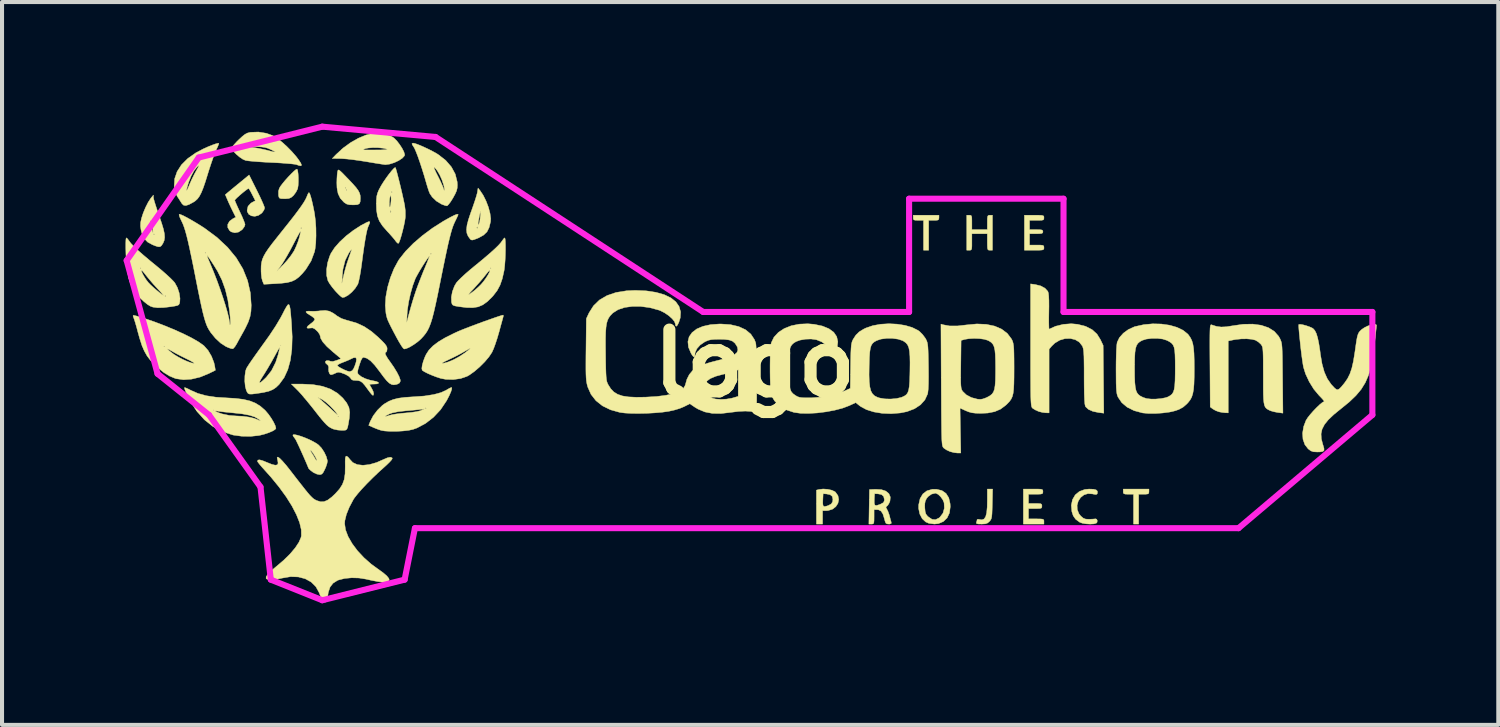
<source format=kicad_pcb>
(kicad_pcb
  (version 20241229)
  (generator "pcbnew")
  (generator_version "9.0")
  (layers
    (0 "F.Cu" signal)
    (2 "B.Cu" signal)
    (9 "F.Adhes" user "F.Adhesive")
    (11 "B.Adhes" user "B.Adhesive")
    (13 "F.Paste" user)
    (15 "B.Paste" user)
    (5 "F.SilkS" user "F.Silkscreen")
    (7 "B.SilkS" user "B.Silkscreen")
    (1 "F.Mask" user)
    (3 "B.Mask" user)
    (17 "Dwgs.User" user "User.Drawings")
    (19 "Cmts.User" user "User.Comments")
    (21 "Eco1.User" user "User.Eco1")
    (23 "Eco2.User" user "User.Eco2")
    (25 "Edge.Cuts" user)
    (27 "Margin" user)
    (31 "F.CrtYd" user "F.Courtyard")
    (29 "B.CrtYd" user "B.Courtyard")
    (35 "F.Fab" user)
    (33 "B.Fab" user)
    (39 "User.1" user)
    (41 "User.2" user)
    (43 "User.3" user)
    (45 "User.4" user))
  (footprint "logo"
    (layer "F.Cu")
    (at 15.569 5.917)
    (property "Reference" "logo" (at 0 0 0) (layer "F.SilkS") (effects (font (size 1.524 1.524) (thickness 0.3))))
    (attr through_hole)
    (fp_poly (pts (xy 4.547 -3.594) (xy 4.542 -3.556) (xy 4.521 -3.538) (xy 4.471 -3.531) (xy 4.42 -3.531) (xy 4.293 -3.531) (xy 4.293 -2.794) (xy 4.166 -2.794) (xy 4.166 -3.531) (xy 4.039 -3.531) (xy 3.963 -3.533) (xy 3.926 -3.543) (xy 3.913 -3.569) (xy 3.912 -3.594) (xy 3.912 -3.658) (xy 4.547 -3.658) (xy 4.547 -3.594)) (stroke (width 0.01) (type solid)) (fill yes) (layer "F.SilkS"))
    (fp_poly (pts (xy 9.728 3.162) (xy 9.724 3.2) (xy 9.703 3.219) (xy 9.652 3.225) (xy 9.601 3.226) (xy 9.474 3.226) (xy 9.474 3.962) (xy 9.347 3.962) (xy 9.347 3.226) (xy 9.22 3.226) (xy 9.145 3.224) (xy 9.107 3.213) (xy 9.094 3.188) (xy 9.093 3.162) (xy 9.093 3.099) (xy 9.728 3.099) (xy 9.728 3.162)) (stroke (width 0.01) (type solid)) (fill yes) (layer "F.SilkS"))
    (fp_poly (pts (xy 5.863 3.465) (xy 5.859 3.609) (xy 5.855 3.712) (xy 5.848 3.783) (xy 5.837 3.83) (xy 5.821 3.863) (xy 5.798 3.891) (xy 5.793 3.897) (xy 5.746 3.937) (xy 5.691 3.957) (xy 5.609 3.962) (xy 5.594 3.962) (xy 5.514 3.96) (xy 5.476 3.951) (xy 5.468 3.932) (xy 5.471 3.922) (xy 5.485 3.873) (xy 5.486 3.857) (xy 5.506 3.843) (xy 5.537 3.848) (xy 5.607 3.858) (xy 5.66 3.837) (xy 5.699 3.78) (xy 5.724 3.684) (xy 5.737 3.545) (xy 5.74 3.387) (xy 5.74 3.099) (xy 5.871 3.099) (xy 5.863 3.465)) (stroke (width 0.01) (type solid)) (fill yes) (layer "F.SilkS"))
    (fp_poly (pts (xy -11.289 -4.795) (xy -11.274 -4.755) (xy -11.264 -4.68) (xy -11.258 -4.584) (xy -11.258 -4.481) (xy -11.263 -4.388) (xy -11.274 -4.318) (xy -11.276 -4.309) (xy -11.316 -4.228) (xy -11.373 -4.151) (xy -11.383 -4.14) (xy -11.437 -4.094) (xy -11.492 -4.071) (xy -11.57 -4.064) (xy -11.596 -4.064) (xy -11.675 -4.066) (xy -11.717 -4.075) (xy -11.737 -4.101) (xy -11.748 -4.149) (xy -11.748 -4.25) (xy -11.728 -4.321) (xy -11.698 -4.372) (xy -11.645 -4.442) (xy -11.578 -4.523) (xy -11.503 -4.606) (xy -11.429 -4.683) (xy -11.364 -4.746) (xy -11.315 -4.786) (xy -11.289 -4.795) (xy -11.289 -4.795)) (stroke (width 0.01) (type solid)) (fill yes) (layer "F.SilkS"))
    (fp_poly (pts (xy 5.329 -3.655) (xy 5.348 -3.64) (xy 5.357 -3.601) (xy 5.359 -3.527) (xy 5.359 -3.48) (xy 5.359 -3.302) (xy 5.74 -3.302) (xy 5.74 -3.48) (xy 5.741 -3.573) (xy 5.747 -3.626) (xy 5.761 -3.65) (xy 5.787 -3.657) (xy 5.804 -3.658) (xy 5.867 -3.658) (xy 5.867 -2.794) (xy 5.804 -2.794) (xy 5.772 -2.796) (xy 5.754 -2.81) (xy 5.744 -2.845) (xy 5.741 -2.912) (xy 5.74 -2.997) (xy 5.74 -3.2) (xy 5.359 -3.2) (xy 5.359 -2.997) (xy 5.359 -2.896) (xy 5.355 -2.836) (xy 5.344 -2.806) (xy 5.323 -2.795) (xy 5.296 -2.794) (xy 5.232 -2.794) (xy 5.232 -3.658) (xy 5.296 -3.658) (xy 5.329 -3.655)) (stroke (width 0.01) (type solid)) (fill yes) (layer "F.SilkS"))
    (fp_poly (pts (xy 1.802 3.105) (xy 1.905 3.128) (xy 1.982 3.165) (xy 1.993 3.174) (xy 2.055 3.261) (xy 2.074 3.357) (xy 2.055 3.45) (xy 2.002 3.533) (xy 1.919 3.596) (xy 1.812 3.629) (xy 1.767 3.632) (xy 1.676 3.632) (xy 1.676 3.962) (xy 1.524 3.962) (xy 1.524 3.466) (xy 1.68 3.466) (xy 1.692 3.517) (xy 1.725 3.531) (xy 1.786 3.516) (xy 1.82 3.504) (xy 1.892 3.464) (xy 1.924 3.408) (xy 1.93 3.35) (xy 1.914 3.28) (xy 1.863 3.238) (xy 1.776 3.22) (xy 1.689 3.213) (xy 1.682 3.372) (xy 1.68 3.466) (xy 1.524 3.466) (xy 1.524 3.125) (xy 1.589 3.109) (xy 1.69 3.097) (xy 1.802 3.105)) (stroke (width 0.01) (type solid)) (fill yes) (layer "F.SilkS"))
    (fp_poly (pts (xy 6.982 3.099) (xy 7.053 3.102) (xy 7.092 3.11) (xy 7.108 3.126) (xy 7.112 3.152) (xy 7.112 3.162) (xy 7.109 3.195) (xy 7.094 3.214) (xy 7.055 3.223) (xy 6.982 3.226) (xy 6.934 3.226) (xy 6.756 3.226) (xy 6.756 3.454) (xy 6.921 3.454) (xy 7.01 3.456) (xy 7.06 3.462) (xy 7.081 3.478) (xy 7.087 3.508) (xy 7.087 3.518) (xy 7.084 3.552) (xy 7.067 3.571) (xy 7.026 3.579) (xy 6.948 3.581) (xy 6.921 3.581) (xy 6.756 3.581) (xy 6.756 3.835) (xy 6.947 3.835) (xy 7.044 3.836) (xy 7.101 3.841) (xy 7.128 3.853) (xy 7.137 3.877) (xy 7.137 3.899) (xy 7.137 3.962) (xy 6.629 3.962) (xy 6.629 3.099) (xy 6.871 3.099) (xy 6.982 3.099)) (stroke (width 0.01) (type solid)) (fill yes) (layer "F.SilkS"))
    (fp_poly (pts (xy 7.008 -3.657) (xy 7.078 -3.654) (xy 7.117 -3.646) (xy 7.134 -3.631) (xy 7.137 -3.605) (xy 7.137 -3.594) (xy 7.135 -3.561) (xy 7.12 -3.542) (xy 7.081 -3.533) (xy 7.007 -3.531) (xy 6.96 -3.531) (xy 6.782 -3.531) (xy 6.782 -3.302) (xy 6.947 -3.302) (xy 7.036 -3.3) (xy 7.086 -3.293) (xy 7.108 -3.277) (xy 7.112 -3.251) (xy 7.107 -3.224) (xy 7.084 -3.208) (xy 7.032 -3.202) (xy 6.947 -3.2) (xy 6.782 -3.2) (xy 6.782 -2.921) (xy 6.96 -2.921) (xy 7.052 -2.92) (xy 7.106 -2.915) (xy 7.13 -2.901) (xy 7.137 -2.874) (xy 7.137 -2.857) (xy 7.136 -2.828) (xy 7.124 -2.81) (xy 7.094 -2.799) (xy 7.034 -2.795) (xy 6.937 -2.794) (xy 6.896 -2.794) (xy 6.655 -2.794) (xy 6.655 -3.658) (xy 6.896 -3.658) (xy 7.008 -3.657)) (stroke (width 0.01) (type solid)) (fill yes) (layer "F.SilkS"))
    (fp_poly (pts (xy 8.358 3.103) (xy 8.424 3.119) (xy 8.454 3.149) (xy 8.458 3.173) (xy 8.451 3.218) (xy 8.423 3.234) (xy 8.363 3.225) (xy 8.337 3.219) (xy 8.223 3.211) (xy 8.123 3.243) (xy 8.041 3.308) (xy 7.984 3.396) (xy 7.955 3.498) (xy 7.959 3.605) (xy 8.001 3.709) (xy 8.047 3.766) (xy 8.107 3.817) (xy 8.167 3.84) (xy 8.248 3.844) (xy 8.328 3.841) (xy 8.39 3.836) (xy 8.406 3.833) (xy 8.439 3.843) (xy 8.453 3.88) (xy 8.446 3.922) (xy 8.429 3.94) (xy 8.369 3.958) (xy 8.278 3.963) (xy 8.176 3.957) (xy 8.082 3.941) (xy 8.014 3.915) (xy 8.014 3.915) (xy 7.918 3.842) (xy 7.859 3.757) (xy 7.826 3.657) (xy 7.812 3.498) (xy 7.842 3.358) (xy 7.909 3.243) (xy 8.012 3.158) (xy 8.145 3.109) (xy 8.25 3.099) (xy 8.358 3.103)) (stroke (width 0.01) (type solid)) (fill yes) (layer "F.SilkS"))
    (fp_poly (pts (xy -10.251 -4.769) (xy -10.216 -4.741) (xy -10.159 -4.686) (xy -10.076 -4.6) (xy -10.025 -4.548) (xy -9.913 -4.429) (xy -9.833 -4.338) (xy -9.78 -4.265) (xy -9.748 -4.203) (xy -9.732 -4.144) (xy -9.728 -4.079) (xy -9.728 -4.077) (xy -9.733 -3.99) (xy -9.754 -3.941) (xy -9.802 -3.918) (xy -9.888 -3.912) (xy -9.907 -3.912) (xy -10.001 -3.916) (xy -10.066 -3.933) (xy -10.124 -3.97) (xy -10.136 -3.98) (xy -10.223 -4.075) (xy -10.278 -4.19) (xy -10.295 -4.28) (xy -10.084 -4.28) (xy -10.071 -4.267) (xy -10.058 -4.28) (xy -10.071 -4.293) (xy -10.084 -4.28) (xy -10.295 -4.28) (xy -10.304 -4.331) (xy -10.109 -4.331) (xy -10.097 -4.318) (xy -10.084 -4.331) (xy -10.097 -4.343) (xy -10.109 -4.331) (xy -10.304 -4.331) (xy -10.305 -4.335) (xy -10.309 -4.458) (xy -10.306 -4.565) (xy -10.3 -4.661) (xy -10.292 -4.728) (xy -10.29 -4.734) (xy -10.283 -4.762) (xy -10.272 -4.775) (xy -10.251 -4.769)) (stroke (width 0.01) (type solid)) (fill yes) (layer "F.SilkS"))
    (fp_poly (pts (xy 4.62 3.136) (xy 4.721 3.207) (xy 4.789 3.315) (xy 4.822 3.46) (xy 4.826 3.537) (xy 4.806 3.688) (xy 4.748 3.811) (xy 4.656 3.9) (xy 4.535 3.951) (xy 4.435 3.962) (xy 4.297 3.944) (xy 4.221 3.911) (xy 4.133 3.829) (xy 4.073 3.714) (xy 4.045 3.578) (xy 4.046 3.488) (xy 4.05 3.472) (xy 4.196 3.472) (xy 4.198 3.566) (xy 4.207 3.657) (xy 4.226 3.717) (xy 4.263 3.765) (xy 4.289 3.788) (xy 4.377 3.846) (xy 4.461 3.854) (xy 4.546 3.813) (xy 4.573 3.791) (xy 4.646 3.693) (xy 4.68 3.571) (xy 4.673 3.437) (xy 4.672 3.435) (xy 4.641 3.361) (xy 4.588 3.288) (xy 4.527 3.23) (xy 4.469 3.201) (xy 4.459 3.2) (xy 4.363 3.224) (xy 4.277 3.286) (xy 4.24 3.333) (xy 4.209 3.398) (xy 4.196 3.472) (xy 4.05 3.472) (xy 4.081 3.334) (xy 4.15 3.219) (xy 4.25 3.142) (xy 4.38 3.105) (xy 4.487 3.104) (xy 4.62 3.136)) (stroke (width 0.01) (type solid)) (fill yes) (layer "F.SilkS"))
    (fp_poly (pts (xy -11.282 1.77) (xy -11.193 1.797) (xy -11.093 1.834) (xy -10.99 1.878) (xy -10.892 1.927) (xy -10.807 1.976) (xy -10.76 2.011) (xy -10.686 2.089) (xy -10.62 2.19) (xy -10.569 2.297) (xy -10.543 2.391) (xy -10.541 2.413) (xy -10.552 2.471) (xy -10.579 2.553) (xy -10.604 2.61) (xy -10.643 2.687) (xy -10.676 2.727) (xy -10.714 2.742) (xy -10.737 2.743) (xy -10.804 2.729) (xy -10.881 2.693) (xy -10.9 2.681) (xy -10.96 2.635) (xy -11 2.595) (xy -11.006 2.586) (xy -11.061 2.454) (xy -11.121 2.316) (xy -11.181 2.182) (xy -11.196 2.149) (xy -10.96 2.149) (xy -10.942 2.187) (xy -10.926 2.211) (xy -10.881 2.283) (xy -10.845 2.347) (xy -10.84 2.356) (xy -10.815 2.395) (xy -10.8 2.402) (xy -10.806 2.375) (xy -10.831 2.32) (xy -10.856 2.276) (xy -10.9 2.207) (xy -10.938 2.157) (xy -10.953 2.143) (xy -10.96 2.149) (xy -11.196 2.149) (xy -11.236 2.06) (xy -11.284 1.959) (xy -11.319 1.887) (xy -11.339 1.855) (xy -11.377 1.804) (xy -11.392 1.781) (xy -11.389 1.759) (xy -11.35 1.756) (xy -11.282 1.77)) (stroke (width 0.01) (type solid)) (fill yes) (layer "F.SilkS"))
    (fp_poly (pts (xy -9.185 -5.662) (xy -9.035 -5.63) (xy -8.953 -5.599) (xy -8.891 -5.555) (xy -8.823 -5.485) (xy -8.757 -5.398) (xy -8.698 -5.307) (xy -8.655 -5.223) (xy -8.635 -5.156) (xy -8.639 -5.125) (xy -8.693 -5.065) (xy -8.782 -5.006) (xy -8.89 -4.955) (xy -9.003 -4.919) (xy -9.105 -4.905) (xy -9.119 -4.905) (xy -9.155 -4.91) (xy -9.233 -4.922) (xy -9.343 -4.939) (xy -9.475 -4.961) (xy -9.588 -4.98) (xy -9.749 -5.005) (xy -9.908 -5.027) (xy -10.054 -5.044) (xy -10.171 -5.053) (xy -10.221 -5.055) (xy -10.421 -5.058) (xy -10.322 -5.16) (xy -10.194 -5.277) (xy -9.664 -5.277) (xy -9.655 -5.271) (xy -9.612 -5.268) (xy -9.53 -5.267) (xy -9.404 -5.267) (xy -9.364 -5.267) (xy -9.227 -5.268) (xy -9.129 -5.273) (xy -9.074 -5.279) (xy -9.066 -5.287) (xy -9.07 -5.289) (xy -9.165 -5.311) (xy -9.288 -5.323) (xy -9.42 -5.325) (xy -9.538 -5.315) (xy -9.601 -5.302) (xy -9.644 -5.287) (xy -9.664 -5.277) (xy -10.194 -5.277) (xy -10.154 -5.314) (xy -9.968 -5.449) (xy -9.776 -5.558) (xy -9.591 -5.635) (xy -9.484 -5.662) (xy -9.342 -5.674) (xy -9.185 -5.662)) (stroke (width 0.01) (type solid)) (fill yes) (layer "F.SilkS"))
    (fp_poly (pts (xy -6.775 -4.265) (xy -6.697 -4.148) (xy -6.627 -4.007) (xy -6.569 -3.855) (xy -6.53 -3.707) (xy -6.512 -3.575) (xy -6.516 -3.5) (xy -6.551 -3.355) (xy -6.604 -3.248) (xy -6.687 -3.168) (xy -6.806 -3.101) (xy -6.844 -3.085) (xy -6.923 -3.055) (xy -6.97 -3.044) (xy -6.999 -3.051) (xy -7.019 -3.07) (xy -7.07 -3.14) (xy -7.1 -3.214) (xy -7.109 -3.301) (xy -7.103 -3.353) (xy -6.858 -3.353) (xy -6.849 -3.332) (xy -6.841 -3.336) (xy -6.838 -3.366) (xy -6.841 -3.37) (xy -6.856 -3.366) (xy -6.858 -3.353) (xy -7.103 -3.353) (xy -7.097 -3.407) (xy -7.092 -3.428) (xy -6.824 -3.428) (xy -6.815 -3.424) (xy -6.805 -3.438) (xy -6.788 -3.488) (xy -6.774 -3.569) (xy -6.767 -3.641) (xy -6.763 -3.724) (xy -6.762 -3.759) (xy -6.767 -3.75) (xy -6.778 -3.7) (xy -6.782 -3.683) (xy -6.807 -3.554) (xy -6.821 -3.47) (xy -6.824 -3.428) (xy -7.092 -3.428) (xy -7.064 -3.54) (xy -7.008 -3.709) (xy -6.985 -3.772) (xy -6.938 -3.906) (xy -6.896 -4.031) (xy -6.863 -4.136) (xy -6.844 -4.209) (xy -6.841 -4.223) (xy -6.825 -4.327) (xy -6.775 -4.265)) (stroke (width 0.01) (type solid)) (fill yes) (layer "F.SilkS"))
    (fp_poly (pts (xy -14.834 -4.096) (xy -14.826 -4.053) (xy -14.803 -3.973) (xy -14.768 -3.863) (xy -14.725 -3.734) (xy -14.694 -3.646) (xy -14.631 -3.461) (xy -14.587 -3.315) (xy -14.563 -3.201) (xy -14.557 -3.11) (xy -14.568 -3.035) (xy -14.595 -2.97) (xy -14.605 -2.953) (xy -14.638 -2.904) (xy -14.671 -2.88) (xy -14.717 -2.879) (xy -14.787 -2.901) (xy -14.859 -2.93) (xy -14.977 -2.995) (xy -15.06 -3.082) (xy -15.109 -3.188) (xy -14.834 -3.188) (xy -14.821 -3.175) (xy -14.808 -3.188) (xy -14.821 -3.2) (xy -14.834 -3.188) (xy -15.109 -3.188) (xy -15.116 -3.202) (xy -15.139 -3.29) (xy -15.153 -3.388) (xy -15.15 -3.477) (xy -15.14 -3.523) (xy -14.907 -3.523) (xy -14.904 -3.468) (xy -14.893 -3.397) (xy -14.878 -3.324) (xy -14.861 -3.264) (xy -14.848 -3.234) (xy -14.843 -3.233) (xy -14.843 -3.261) (xy -14.852 -3.325) (xy -14.868 -3.411) (xy -14.869 -3.418) (xy -14.886 -3.493) (xy -14.899 -3.532) (xy -14.906 -3.53) (xy -14.907 -3.523) (xy -15.14 -3.523) (xy -15.128 -3.58) (xy -15.086 -3.71) (xy -15.028 -3.849) (xy -14.963 -3.977) (xy -14.898 -4.077) (xy -14.888 -4.089) (xy -14.835 -4.153) (xy -14.834 -4.096)) (stroke (width 0.01) (type solid)) (fill yes) (layer "F.SilkS"))
    (fp_poly (pts (xy 3.127 3.113) (xy 3.238 3.151) (xy 3.312 3.213) (xy 3.347 3.296) (xy 3.338 3.396) (xy 3.319 3.443) (xy 3.285 3.5) (xy 3.254 3.529) (xy 3.249 3.531) (xy 3.238 3.548) (xy 3.259 3.59) (xy 3.29 3.652) (xy 3.32 3.736) (xy 3.327 3.761) (xy 3.347 3.84) (xy 3.365 3.903) (xy 3.369 3.918) (xy 3.368 3.95) (xy 3.331 3.962) (xy 3.306 3.962) (xy 3.262 3.958) (xy 3.234 3.938) (xy 3.215 3.888) (xy 3.2 3.829) (xy 3.164 3.714) (xy 3.118 3.643) (xy 3.057 3.611) (xy 3.019 3.607) (xy 2.946 3.607) (xy 2.946 3.785) (xy 2.945 3.877) (xy 2.94 3.931) (xy 2.926 3.955) (xy 2.9 3.962) (xy 2.882 3.962) (xy 2.818 3.962) (xy 2.825 3.537) (xy 2.827 3.449) (xy 2.951 3.449) (xy 2.966 3.496) (xy 3.006 3.505) (xy 3.079 3.482) (xy 3.112 3.468) (xy 3.173 3.435) (xy 3.197 3.393) (xy 3.2 3.357) (xy 3.182 3.279) (xy 3.127 3.233) (xy 3.042 3.217) (xy 2.959 3.213) (xy 2.951 3.359) (xy 2.951 3.449) (xy 2.827 3.449) (xy 2.832 3.111) (xy 2.985 3.105) (xy 3.127 3.113)) (stroke (width 0.01) (type solid)) (fill yes) (layer "F.SilkS"))
    (fp_poly (pts (xy -13.22 -5.431) (xy -13.226 -5.405) (xy -13.249 -5.347) (xy -13.285 -5.27) (xy -13.317 -5.194) (xy -13.359 -5.081) (xy -13.407 -4.943) (xy -13.457 -4.792) (xy -13.49 -4.686) (xy -13.551 -4.489) (xy -13.604 -4.334) (xy -13.652 -4.216) (xy -13.698 -4.127) (xy -13.746 -4.061) (xy -13.799 -4.012) (xy -13.85 -3.978) (xy -13.956 -3.921) (xy -14.032 -3.896) (xy -14.087 -3.903) (xy -14.127 -3.939) (xy -14.137 -3.954) (xy -14.18 -4.022) (xy -14.232 -4.103) (xy -14.246 -4.123) (xy -14.297 -4.232) (xy -14.303 -4.27) (xy -14.018 -4.27) (xy -14.012 -4.266) (xy -13.988 -4.309) (xy -13.949 -4.401) (xy -13.947 -4.407) (xy -13.894 -4.527) (xy -13.83 -4.657) (xy -13.78 -4.75) (xy -13.734 -4.832) (xy -13.713 -4.875) (xy -13.714 -4.885) (xy -13.737 -4.867) (xy -13.754 -4.851) (xy -13.831 -4.757) (xy -13.903 -4.625) (xy -13.966 -4.467) (xy -13.98 -4.421) (xy -14.008 -4.322) (xy -14.018 -4.27) (xy -14.303 -4.27) (xy -14.321 -4.368) (xy -14.321 -4.372) (xy -14.31 -4.557) (xy -14.249 -4.734) (xy -14.142 -4.901) (xy -13.988 -5.055) (xy -13.79 -5.195) (xy -13.605 -5.293) (xy -13.483 -5.348) (xy -13.375 -5.391) (xy -13.289 -5.421) (xy -13.234 -5.433) (xy -13.22 -5.431)) (stroke (width 0.01) (type solid)) (fill yes) (layer "F.SilkS"))
    (fp_poly (pts (xy -11.17 0.508) (xy -10.896 0.522) (xy -10.661 0.564) (xy -10.461 0.634) (xy -10.291 0.736) (xy -10.162 0.853) (xy -10.067 0.972) (xy -10.011 1.083) (xy -9.991 1.202) (xy -10.001 1.346) (xy -10.007 1.384) (xy -10.027 1.502) (xy -10.043 1.579) (xy -10.063 1.624) (xy -10.091 1.644) (xy -10.134 1.65) (xy -10.193 1.65) (xy -10.291 1.642) (xy -10.383 1.622) (xy -10.414 1.611) (xy -10.465 1.586) (xy -10.512 1.556) (xy -10.561 1.514) (xy -10.618 1.454) (xy -10.689 1.371) (xy -10.74 1.308) (xy -10.287 1.308) (xy -10.274 1.321) (xy -10.262 1.308) (xy -10.274 1.295) (xy -10.287 1.308) (xy -10.74 1.308) (xy -10.78 1.258) (xy -10.88 1.13) (xy -10.98 1.005) (xy -11.082 0.881) (xy -11.123 0.833) (xy -10.782 0.833) (xy -10.668 0.93) (xy -10.585 1.003) (xy -10.49 1.089) (xy -10.427 1.148) (xy -10.347 1.222) (xy -10.302 1.261) (xy -10.289 1.264) (xy -10.309 1.233) (xy -10.314 1.226) (xy -10.393 1.131) (xy -10.487 1.036) (xy -10.582 0.952) (xy -10.664 0.894) (xy -10.681 0.884) (xy -10.782 0.833) (xy -11.123 0.833) (xy -11.177 0.769) (xy -11.256 0.682) (xy -11.284 0.654) (xy -11.431 0.508) (xy -11.17 0.508)) (stroke (width 0.01) (type solid)) (fill yes) (layer "F.SilkS"))
    (fp_poly (pts (xy -12.048 -5.679) (xy -11.889 -5.621) (xy -11.788 -5.56) (xy -11.669 -5.467) (xy -11.543 -5.354) (xy -11.42 -5.229) (xy -11.311 -5.104) (xy -11.255 -5.03) (xy -11.199 -4.944) (xy -11.179 -4.894) (xy -11.195 -4.875) (xy -11.248 -4.885) (xy -11.303 -4.906) (xy -11.347 -4.915) (xy -11.433 -4.925) (xy -11.552 -4.935) (xy -11.697 -4.946) (xy -11.859 -4.955) (xy -11.913 -4.957) (xy -12.081 -4.966) (xy -12.238 -4.976) (xy -12.375 -4.987) (xy -12.482 -4.997) (xy -12.55 -5.007) (xy -12.56 -5.009) (xy -12.627 -5.038) (xy -12.706 -5.091) (xy -12.784 -5.157) (xy -12.851 -5.224) (xy -12.894 -5.283) (xy -12.903 -5.314) (xy -12.886 -5.347) (xy -12.878 -5.356) (xy -12.586 -5.356) (xy -12.395 -5.332) (xy -12.267 -5.312) (xy -12.128 -5.284) (xy -12.027 -5.26) (xy -11.914 -5.23) (xy -11.849 -5.216) (xy -11.828 -5.217) (xy -11.852 -5.235) (xy -11.917 -5.268) (xy -11.938 -5.278) (xy -12.015 -5.311) (xy -12.089 -5.331) (xy -12.177 -5.343) (xy -12.296 -5.349) (xy -12.332 -5.35) (xy -12.586 -5.356) (xy -12.878 -5.356) (xy -12.839 -5.404) (xy -12.772 -5.477) (xy -12.73 -5.518) (xy -12.642 -5.6) (xy -12.576 -5.652) (xy -12.519 -5.683) (xy -12.459 -5.699) (xy -12.436 -5.703) (xy -12.244 -5.71) (xy -12.048 -5.679)) (stroke (width 0.01) (type solid)) (fill yes) (layer "F.SilkS"))
    (fp_poly (pts (xy -12.282 -4.268) (xy -12.218 -4.138) (xy -12.163 -4.02) (xy -12.121 -3.924) (xy -12.096 -3.858) (xy -12.09 -3.834) (xy -12.108 -3.783) (xy -12.15 -3.722) (xy -12.165 -3.706) (xy -12.245 -3.652) (xy -12.332 -3.63) (xy -12.414 -3.641) (xy -12.48 -3.679) (xy -12.518 -3.744) (xy -12.522 -3.782) (xy -12.499 -3.879) (xy -12.43 -3.954) (xy -12.394 -3.976) (xy -12.319 -4.015) (xy -12.396 -4.166) (xy -12.436 -4.243) (xy -12.468 -4.297) (xy -12.485 -4.318) (xy -12.515 -4.302) (xy -12.569 -4.262) (xy -12.638 -4.207) (xy -12.709 -4.146) (xy -12.772 -4.089) (xy -12.814 -4.046) (xy -12.827 -4.028) (xy -12.816 -3.995) (xy -12.787 -3.927) (xy -12.745 -3.834) (xy -12.7 -3.737) (xy -12.649 -3.628) (xy -12.608 -3.531) (xy -12.581 -3.459) (xy -12.573 -3.424) (xy -12.59 -3.375) (xy -12.633 -3.316) (xy -12.647 -3.3) (xy -12.733 -3.242) (xy -12.826 -3.224) (xy -12.914 -3.247) (xy -12.954 -3.277) (xy -12.999 -3.352) (xy -12.999 -3.433) (xy -12.956 -3.509) (xy -12.877 -3.569) (xy -12.802 -3.608) (xy -12.875 -3.754) (xy -12.926 -3.859) (xy -12.978 -3.971) (xy -13.004 -4.032) (xy -13.061 -4.164) (xy -12.989 -4.225) (xy -12.939 -4.266) (xy -12.862 -4.33) (xy -12.769 -4.407) (xy -12.694 -4.468) (xy -12.473 -4.65) (xy -12.282 -4.268)) (stroke (width 0.01) (type solid)) (fill yes) (layer "F.SilkS"))
    (fp_poly (pts (xy -9.497 -3.497) (xy -9.496 -3.469) (xy -9.52 -3.413) (xy -9.522 -3.409) (xy -9.542 -3.36) (xy -9.563 -3.29) (xy -9.584 -3.194) (xy -9.607 -3.068) (xy -9.633 -2.907) (xy -9.662 -2.706) (xy -9.695 -2.459) (xy -9.702 -2.408) (xy -9.722 -2.269) (xy -9.745 -2.14) (xy -9.767 -2.036) (xy -9.787 -1.965) (xy -9.793 -1.951) (xy -9.856 -1.853) (xy -9.938 -1.761) (xy -10.027 -1.686) (xy -10.112 -1.638) (xy -10.167 -1.626) (xy -10.199 -1.644) (xy -10.253 -1.692) (xy -10.32 -1.761) (xy -10.347 -1.79) (xy -10.419 -1.877) (xy -10.482 -1.963) (xy -10.485 -1.968) (xy -10.186 -1.968) (xy -10.138 -2.184) (xy -10.103 -2.32) (xy -10.059 -2.47) (xy -10.014 -2.604) (xy -10.012 -2.61) (xy -9.979 -2.703) (xy -9.954 -2.775) (xy -9.943 -2.815) (xy -9.942 -2.819) (xy -9.96 -2.8) (xy -9.994 -2.752) (xy -10.013 -2.724) (xy -10.103 -2.543) (xy -10.158 -2.326) (xy -10.174 -2.172) (xy -10.186 -1.968) (xy -10.485 -1.968) (xy -10.523 -2.031) (xy -10.529 -2.043) (xy -10.56 -2.169) (xy -10.561 -2.322) (xy -10.536 -2.486) (xy -10.485 -2.647) (xy -10.453 -2.718) (xy -10.364 -2.855) (xy -10.237 -3) (xy -10.08 -3.146) (xy -9.902 -3.283) (xy -9.713 -3.405) (xy -9.694 -3.415) (xy -9.591 -3.47) (xy -9.527 -3.498) (xy -9.497 -3.497)) (stroke (width 0.01) (type solid)) (fill yes) (layer "F.SilkS"))
    (fp_poly (pts (xy -8.37 -5.424) (xy -8.286 -5.393) (xy -8.18 -5.348) (xy -8.064 -5.294) (xy -7.951 -5.237) (xy -7.85 -5.181) (xy -7.807 -5.154) (xy -7.622 -5.01) (xy -7.482 -4.848) (xy -7.387 -4.672) (xy -7.34 -4.484) (xy -7.335 -4.403) (xy -7.339 -4.328) (xy -7.355 -4.259) (xy -7.39 -4.18) (xy -7.445 -4.08) (xy -7.499 -3.993) (xy -7.549 -3.927) (xy -7.585 -3.891) (xy -7.595 -3.888) (xy -7.64 -3.898) (xy -7.709 -3.923) (xy -7.734 -3.934) (xy -7.853 -4.007) (xy -7.956 -4.106) (xy -8.013 -4.19) (xy -8.036 -4.245) (xy -8.065 -4.332) (xy -8.096 -4.434) (xy -8.101 -4.452) (xy -8.153 -4.631) (xy -8.208 -4.807) (xy -8.216 -4.832) (xy -7.913 -4.832) (xy -7.897 -4.789) (xy -7.86 -4.709) (xy -7.81 -4.611) (xy -7.756 -4.501) (xy -7.712 -4.405) (xy -7.682 -4.334) (xy -7.671 -4.298) (xy -7.664 -4.271) (xy -7.656 -4.273) (xy -7.654 -4.304) (xy -7.664 -4.366) (xy -7.672 -4.398) (xy -7.714 -4.527) (xy -7.77 -4.652) (xy -7.832 -4.758) (xy -7.886 -4.825) (xy -7.909 -4.842) (xy -7.913 -4.832) (xy -8.216 -4.832) (xy -8.262 -4.971) (xy -8.312 -5.114) (xy -8.357 -5.229) (xy -8.392 -5.308) (xy -8.406 -5.333) (xy -8.446 -5.394) (xy -8.455 -5.425) (xy -8.433 -5.435) (xy -8.422 -5.436) (xy -8.37 -5.424)) (stroke (width 0.01) (type solid)) (fill yes) (layer "F.SilkS"))
    (fp_poly (pts (xy -15.305 -1.184) (xy -15.239 -1.168) (xy -15.147 -1.141) (xy -15.07 -1.117) (xy -14.803 -1.025) (xy -14.544 -0.926) (xy -14.301 -0.825) (xy -14.079 -0.724) (xy -13.884 -0.626) (xy -13.724 -0.534) (xy -13.606 -0.451) (xy -13.583 -0.432) (xy -13.485 -0.321) (xy -13.401 -0.177) (xy -13.341 -0.022) (xy -13.321 0.066) (xy -13.305 0.168) (xy -13.467 0.248) (xy -13.681 0.336) (xy -13.893 0.387) (xy -14.092 0.401) (xy -14.27 0.376) (xy -14.293 0.37) (xy -14.438 0.31) (xy -14.583 0.22) (xy -14.738 0.093) (xy -14.805 0.03) (xy -14.907 -0.077) (xy -14.99 -0.186) (xy -15.058 -0.306) (xy -15.081 -0.36) (xy -14.486 -0.36) (xy -14.477 -0.344) (xy -14.44 -0.31) (xy -14.377 -0.261) (xy -14.317 -0.217) (xy -14.218 -0.157) (xy -14.106 -0.098) (xy -13.995 -0.049) (xy -13.899 -0.014) (xy -13.831 -0.001) (xy -13.83 -0.001) (xy -13.831 -0.011) (xy -13.871 -0.038) (xy -13.943 -0.078) (xy -14.034 -0.123) (xy -14.151 -0.181) (xy -14.265 -0.24) (xy -14.358 -0.292) (xy -14.402 -0.317) (xy -14.462 -0.352) (xy -14.486 -0.36) (xy -15.081 -0.36) (xy -15.106 -0.419) (xy -14.58 -0.419) (xy -14.567 -0.406) (xy -14.554 -0.419) (xy -14.567 -0.432) (xy -14.58 -0.419) (xy -15.106 -0.419) (xy -15.119 -0.448) (xy -15.175 -0.624) (xy -15.217 -0.775) (xy -15.249 -0.896) (xy -15.28 -1.003) (xy -15.305 -1.083) (xy -15.321 -1.126) (xy -15.321 -1.126) (xy -15.336 -1.169) (xy -15.333 -1.186) (xy -15.305 -1.184)) (stroke (width 0.01) (type solid)) (fill yes) (layer "F.SilkS"))
    (fp_poly (pts (xy -7.475 0.594) (xy -7.473 0.629) (xy -7.495 0.7) (xy -7.539 0.799) (xy -7.601 0.918) (xy -7.608 0.929) (xy -7.75 1.141) (xy -7.924 1.327) (xy -8.12 1.479) (xy -8.33 1.591) (xy -8.427 1.626) (xy -8.537 1.65) (xy -8.679 1.666) (xy -8.836 1.675) (xy -8.991 1.675) (xy -9.127 1.666) (xy -9.207 1.653) (xy -9.277 1.631) (xy -9.365 1.597) (xy -9.403 1.581) (xy -9.522 1.528) (xy -9.483 1.428) (xy -9.416 1.301) (xy -9.114 1.301) (xy -9.103 1.307) (xy -9.048 1.293) (xy -9.011 1.28) (xy -8.941 1.263) (xy -8.836 1.245) (xy -8.711 1.23) (xy -8.611 1.221) (xy -8.464 1.207) (xy -8.341 1.189) (xy -8.253 1.168) (xy -8.23 1.159) (xy -8.141 1.117) (xy -8.23 1.131) (xy -8.292 1.139) (xy -8.389 1.149) (xy -8.508 1.16) (xy -8.603 1.168) (xy -8.795 1.189) (xy -8.939 1.219) (xy -9.003 1.241) (xy -9.08 1.279) (xy -9.114 1.301) (xy -9.416 1.301) (xy -9.411 1.291) (xy -9.307 1.154) (xy -9.257 1.105) (xy -8.128 1.105) (xy -8.115 1.118) (xy -8.103 1.105) (xy -8.115 1.092) (xy -8.128 1.105) (xy -9.257 1.105) (xy -9.188 1.037) (xy -9.134 0.997) (xy -9.03 0.935) (xy -8.919 0.89) (xy -8.792 0.858) (xy -8.637 0.837) (xy -8.444 0.824) (xy -8.41 0.822) (xy -8.145 0.803) (xy -7.919 0.767) (xy -7.734 0.717) (xy -7.595 0.651) (xy -7.587 0.645) (xy -7.526 0.61) (xy -7.484 0.593) (xy -7.475 0.594)) (stroke (width 0.01) (type solid)) (fill yes) (layer "F.SilkS"))
    (fp_poly (pts (xy -6.2 -1.174) (xy -6.205 -1.149) (xy -6.216 -1.109) (xy -6.237 -1.031) (xy -6.267 -0.924) (xy -6.3 -0.799) (xy -6.31 -0.765) (xy -6.351 -0.624) (xy -6.396 -0.487) (xy -6.44 -0.367) (xy -6.479 -0.28) (xy -6.482 -0.274) (xy -6.556 -0.163) (xy -6.661 -0.039) (xy -6.785 0.085) (xy -6.915 0.197) (xy -7.039 0.285) (xy -7.097 0.318) (xy -7.255 0.372) (xy -7.436 0.397) (xy -7.62 0.392) (xy -7.745 0.368) (xy -7.848 0.335) (xy -7.957 0.293) (xy -8.06 0.249) (xy -8.144 0.207) (xy -8.196 0.173) (xy -8.203 0.167) (xy -8.212 0.122) (xy -8.202 0.044) (xy -8.189 -0.002) (xy -7.71 -0.002) (xy -7.675 -0.005) (xy -7.593 -0.027) (xy -7.551 -0.041) (xy -7.424 -0.095) (xy -7.282 -0.173) (xy -7.145 -0.264) (xy -7.061 -0.33) (xy -7.024 -0.364) (xy -7.017 -0.375) (xy -7.046 -0.362) (xy -7.112 -0.323) (xy -7.15 -0.301) (xy -7.261 -0.238) (xy -7.394 -0.169) (xy -7.523 -0.107) (xy -7.544 -0.097) (xy -7.645 -0.049) (xy -7.7 -0.017) (xy -7.71 -0.002) (xy -8.189 -0.002) (xy -8.175 -0.054) (xy -8.135 -0.16) (xy -8.104 -0.226) (xy -8.035 -0.332) (xy -7.937 -0.433) (xy -7.805 -0.533) (xy -7.635 -0.635) (xy -7.421 -0.742) (xy -7.301 -0.797) (xy -7.221 -0.83) (xy -7.111 -0.873) (xy -6.981 -0.923) (xy -6.839 -0.976) (xy -6.693 -1.03) (xy -6.551 -1.08) (xy -6.424 -1.125) (xy -6.318 -1.161) (xy -6.242 -1.185) (xy -6.205 -1.194) (xy -6.205 -1.194) (xy -6.2 -1.174)) (stroke (width 0.01) (type solid)) (fill yes) (layer "F.SilkS"))
    (fp_poly (pts (xy 12.496 -0.943) (xy 12.675 -0.883) (xy 12.82 -0.792) (xy 12.927 -0.671) (xy 12.957 -0.618) (xy 12.973 -0.584) (xy 12.986 -0.55) (xy 12.997 -0.512) (xy 13.005 -0.462) (xy 13.011 -0.396) (xy 13.015 -0.307) (xy 13.019 -0.19) (xy 13.021 -0.04) (xy 13.023 0.151) (xy 13.025 0.365) (xy 13.033 1.226) (xy 12.901 1.209) (xy 12.809 1.191) (xy 12.726 1.167) (xy 12.698 1.154) (xy 12.655 1.131) (xy 12.622 1.107) (xy 12.596 1.076) (xy 12.577 1.031) (xy 12.564 0.968) (xy 12.555 0.88) (xy 12.55 0.761) (xy 12.548 0.606) (xy 12.548 0.409) (xy 12.548 0.303) (xy 12.547 0.095) (xy 12.547 -0.068) (xy 12.545 -0.192) (xy 12.542 -0.284) (xy 12.537 -0.349) (xy 12.53 -0.395) (xy 12.519 -0.427) (xy 12.506 -0.451) (xy 12.493 -0.47) (xy 12.428 -0.53) (xy 12.354 -0.575) (xy 12.264 -0.597) (xy 12.142 -0.608) (xy 12.005 -0.606) (xy 11.868 -0.592) (xy 11.812 -0.582) (xy 11.684 -0.555) (xy 11.684 1.219) (xy 11.614 1.217) (xy 11.538 1.209) (xy 11.459 1.194) (xy 11.376 1.164) (xy 11.306 1.124) (xy 11.239 1.074) (xy 11.233 0.052) (xy 11.231 -0.203) (xy 11.23 -0.412) (xy 11.23 -0.578) (xy 11.231 -0.708) (xy 11.233 -0.805) (xy 11.236 -0.873) (xy 11.241 -0.918) (xy 11.248 -0.943) (xy 11.256 -0.954) (xy 11.266 -0.955) (xy 11.271 -0.954) (xy 11.392 -0.915) (xy 11.509 -0.899) (xy 11.638 -0.905) (xy 11.789 -0.929) (xy 12.05 -0.967) (xy 12.287 -0.971) (xy 12.496 -0.943)) (stroke (width 0.01) (type solid)) (fill yes) (layer "F.SilkS"))
    (fp_poly (pts (xy -11.474 -1.421) (xy -11.459 -1.344) (xy -11.446 -1.221) (xy -11.432 -1.051) (xy -11.428 -1.006) (xy -11.41 -0.657) (xy -11.419 -0.349) (xy -11.455 -0.08) (xy -11.518 0.151) (xy -11.608 0.347) (xy -11.727 0.51) (xy -11.727 0.511) (xy -11.807 0.589) (xy -11.89 0.645) (xy -11.988 0.685) (xy -12.117 0.715) (xy -12.192 0.727) (xy -12.319 0.746) (xy -12.406 0.756) (xy -12.462 0.755) (xy -12.496 0.742) (xy -12.518 0.714) (xy -12.539 0.671) (xy -12.541 0.667) (xy -12.568 0.567) (xy -12.578 0.461) (xy -12.217 0.461) (xy -12.212 0.479) (xy -12.175 0.457) (xy -12.106 0.396) (xy -12.05 0.342) (xy -11.92 0.177) (xy -11.817 -0.029) (xy -11.757 -0.215) (xy -11.736 -0.302) (xy -11.722 -0.367) (xy -11.717 -0.397) (xy -11.717 -0.398) (xy -11.731 -0.379) (xy -11.764 -0.324) (xy -11.81 -0.242) (xy -11.862 -0.146) (xy -11.935 -0.016) (xy -12.016 0.123) (xy -12.093 0.249) (xy -12.131 0.308) (xy -12.191 0.404) (xy -12.217 0.461) (xy -12.578 0.461) (xy -12.58 0.441) (xy -12.577 0.308) (xy -12.561 0.189) (xy -12.541 0.127) (xy -12.514 0.081) (xy -12.463 0.002) (xy -12.39 -0.104) (xy -12.302 -0.229) (xy -12.204 -0.366) (xy -12.156 -0.432) (xy -12.147 -0.445) (xy -11.709 -0.445) (xy -11.697 -0.432) (xy -11.684 -0.445) (xy -11.697 -0.457) (xy -11.709 -0.445) (xy -12.147 -0.445) (xy -11.971 -0.691) (xy -11.816 -0.925) (xy -11.694 -1.131) (xy -11.654 -1.206) (xy -11.595 -1.322) (xy -11.549 -1.403) (xy -11.516 -1.448) (xy -11.492 -1.455) (xy -11.474 -1.421)) (stroke (width 0.01) (type solid)) (fill yes) (layer "F.SilkS"))
    (fp_poly (pts (xy 6.926 -1.946) (xy 7.058 -1.913) (xy 7.164 -1.855) (xy 7.232 -1.78) (xy 7.234 -1.777) (xy 7.247 -1.735) (xy 7.255 -1.663) (xy 7.26 -1.556) (xy 7.261 -1.408) (xy 7.259 -1.276) (xy 7.257 -1.134) (xy 7.257 -1.012) (xy 7.259 -0.918) (xy 7.261 -0.861) (xy 7.264 -0.846) (xy 7.426 -0.919) (xy 7.614 -0.965) (xy 7.811 -0.98) (xy 7.969 -0.966) (xy 8.167 -0.915) (xy 8.324 -0.835) (xy 8.446 -0.724) (xy 8.531 -0.587) (xy 8.598 -0.445) (xy 8.606 0.391) (xy 8.614 1.227) (xy 8.485 1.211) (xy 8.345 1.182) (xy 8.236 1.134) (xy 8.168 1.071) (xy 8.157 1.052) (xy 8.146 1) (xy 8.138 0.898) (xy 8.132 0.745) (xy 8.129 0.542) (xy 8.128 0.323) (xy 8.128 0.117) (xy 8.126 -0.044) (xy 8.124 -0.168) (xy 8.119 -0.26) (xy 8.113 -0.327) (xy 8.104 -0.375) (xy 8.092 -0.412) (xy 8.084 -0.431) (xy 8.01 -0.526) (xy 7.907 -0.588) (xy 7.786 -0.616) (xy 7.655 -0.612) (xy 7.525 -0.574) (xy 7.406 -0.503) (xy 7.331 -0.431) (xy 7.264 -0.352) (xy 7.264 1.219) (xy 7.182 1.218) (xy 7.101 1.208) (xy 7.013 1.186) (xy 7.002 1.182) (xy 6.926 1.148) (xy 6.864 1.11) (xy 6.856 1.103) (xy 6.846 1.093) (xy 6.837 1.078) (xy 6.83 1.054) (xy 6.824 1.019) (xy 6.819 0.968) (xy 6.815 0.897) (xy 6.812 0.803) (xy 6.81 0.68) (xy 6.809 0.526) (xy 6.808 0.337) (xy 6.807 0.108) (xy 6.807 -0.164) (xy 6.807 -0.452) (xy 6.807 -1.963) (xy 6.926 -1.946)) (stroke (width 0.01) (type solid)) (fill yes) (layer "F.SilkS"))
    (fp_poly (pts (xy -14.04 0.601) (xy -13.982 0.626) (xy -13.914 0.661) (xy -13.737 0.739) (xy -13.532 0.796) (xy -13.294 0.832) (xy -13.049 0.848) (xy -12.811 0.862) (xy -12.614 0.886) (xy -12.452 0.925) (xy -12.315 0.98) (xy -12.196 1.054) (xy -12.086 1.149) (xy -12.066 1.17) (xy -11.995 1.254) (xy -11.926 1.353) (xy -11.867 1.452) (xy -11.826 1.54) (xy -11.811 1.601) (xy -11.834 1.631) (xy -11.896 1.668) (xy -11.986 1.707) (xy -12.093 1.743) (xy -12.207 1.772) (xy -12.24 1.778) (xy -12.439 1.799) (xy -12.656 1.795) (xy -12.864 1.767) (xy -12.874 1.764) (xy -13.127 1.684) (xy -13.362 1.558) (xy -13.575 1.389) (xy -13.755 1.188) (xy -13.765 1.174) (xy -13.309 1.174) (xy -13.287 1.19) (xy -13.229 1.214) (xy -13.142 1.244) (xy -12.957 1.283) (xy -12.78 1.296) (xy -12.632 1.303) (xy -12.487 1.322) (xy -12.359 1.351) (xy -12.265 1.386) (xy -12.255 1.391) (xy -12.205 1.418) (xy -12.195 1.415) (xy -12.227 1.383) (xy -12.243 1.371) (xy -12.334 1.319) (xy -12.465 1.277) (xy -12.64 1.244) (xy -12.852 1.221) (xy -12.978 1.209) (xy -13.092 1.197) (xy -13.182 1.186) (xy -13.227 1.179) (xy -13.29 1.169) (xy -13.309 1.174) (xy -13.765 1.174) (xy -13.778 1.156) (xy -13.36 1.156) (xy -13.348 1.168) (xy -13.335 1.156) (xy -13.348 1.143) (xy -13.36 1.156) (xy -13.778 1.156) (xy -13.808 1.112) (xy -13.867 1.017) (xy -13.926 0.913) (xy -13.981 0.81) (xy -14.027 0.717) (xy -14.057 0.645) (xy -14.069 0.602) (xy -14.067 0.596) (xy -14.04 0.601)) (stroke (width 0.01) (type solid)) (fill yes) (layer "F.SilkS"))
    (fp_poly (pts (xy -8.864 -4.834) (xy -8.853 -4.804) (xy -8.832 -4.732) (xy -8.805 -4.63) (xy -8.773 -4.505) (xy -8.739 -4.366) (xy -8.705 -4.223) (xy -8.674 -4.085) (xy -8.647 -3.96) (xy -8.635 -3.9) (xy -8.619 -3.771) (xy -8.618 -3.633) (xy -8.621 -3.589) (xy -8.634 -3.503) (xy -8.656 -3.395) (xy -8.684 -3.278) (xy -8.714 -3.165) (xy -8.744 -3.066) (xy -8.77 -2.994) (xy -8.786 -2.964) (xy -8.812 -2.969) (xy -8.848 -3.007) (xy -8.853 -3.015) (xy -8.891 -3.065) (xy -8.954 -3.139) (xy -9.03 -3.224) (xy -9.068 -3.264) (xy -9.182 -3.395) (xy -9.26 -3.515) (xy -9.307 -3.638) (xy -9.324 -3.749) (xy -8.99 -3.749) (xy -8.985 -3.716) (xy -8.976 -3.715) (xy -8.97 -3.749) (xy -8.974 -3.764) (xy -8.986 -3.774) (xy -8.99 -3.749) (xy -9.324 -3.749) (xy -9.329 -3.78) (xy -9.334 -3.924) (xy -9.334 -3.95) (xy -9.013 -3.95) (xy -9.011 -3.879) (xy -9.004 -3.856) (xy -8.992 -3.873) (xy -8.979 -3.929) (xy -8.971 -4.01) (xy -8.97 -4.051) (xy -8.972 -4.122) (xy -8.979 -4.145) (xy -8.992 -4.128) (xy -9.005 -4.072) (xy -9.012 -3.991) (xy -9.013 -3.95) (xy -9.334 -3.95) (xy -9.332 -4.043) (xy -9.323 -4.13) (xy -9.304 -4.203) (xy -9.293 -4.229) (xy -8.966 -4.229) (xy -8.954 -4.216) (xy -8.941 -4.229) (xy -8.954 -4.242) (xy -8.966 -4.229) (xy -9.293 -4.229) (xy -9.272 -4.28) (xy -9.261 -4.301) (xy -9.217 -4.383) (xy -9.158 -4.478) (xy -9.091 -4.576) (xy -9.023 -4.669) (xy -8.96 -4.748) (xy -8.908 -4.806) (xy -8.873 -4.834) (xy -8.864 -4.834)) (stroke (width 0.01) (type solid)) (fill yes) (layer "F.SilkS"))
    (fp_poly (pts (xy -6.157 -3.075) (xy -6.151 -3.011) (xy -6.148 -2.916) (xy -6.148 -2.799) (xy -6.151 -2.672) (xy -6.157 -2.544) (xy -6.166 -2.425) (xy -6.177 -2.325) (xy -6.183 -2.286) (xy -6.227 -2.09) (xy -6.282 -1.932) (xy -6.355 -1.796) (xy -6.453 -1.669) (xy -6.481 -1.638) (xy -6.597 -1.525) (xy -6.707 -1.446) (xy -6.822 -1.397) (xy -6.953 -1.376) (xy -7.11 -1.379) (xy -7.303 -1.403) (xy -7.307 -1.404) (xy -7.393 -1.419) (xy -7.441 -1.436) (xy -7.465 -1.462) (xy -7.478 -1.506) (xy -7.48 -1.516) (xy -7.483 -1.638) (xy -7.471 -1.701) (xy -7.059 -1.701) (xy -7.045 -1.705) (xy -7.005 -1.731) (xy -6.985 -1.745) (xy -6.904 -1.807) (xy -6.814 -1.888) (xy -6.752 -1.949) (xy -6.69 -2.022) (xy -6.63 -2.104) (xy -6.579 -2.184) (xy -6.544 -2.251) (xy -6.531 -2.293) (xy -6.534 -2.301) (xy -6.553 -2.287) (xy -6.593 -2.242) (xy -6.644 -2.178) (xy -6.707 -2.099) (xy -6.791 -2.001) (xy -6.883 -1.899) (xy -6.921 -1.856) (xy -7 -1.773) (xy -7.045 -1.722) (xy -7.059 -1.701) (xy -7.471 -1.701) (xy -7.457 -1.776) (xy -7.406 -1.91) (xy -7.358 -1.992) (xy -7.311 -2.045) (xy -7.233 -2.122) (xy -7.132 -2.215) (xy -7.016 -2.315) (xy -6.974 -2.349) (xy -6.528 -2.349) (xy -6.515 -2.337) (xy -6.502 -2.349) (xy -6.515 -2.362) (xy -6.528 -2.349) (xy -6.974 -2.349) (xy -6.923 -2.392) (xy -6.718 -2.56) (xy -6.552 -2.701) (xy -6.422 -2.817) (xy -6.326 -2.91) (xy -6.26 -2.983) (xy -6.23 -3.026) (xy -6.195 -3.075) (xy -6.168 -3.099) (xy -6.167 -3.099) (xy -6.157 -3.075)) (stroke (width 0.01) (type solid)) (fill yes) (layer "F.SilkS"))
    (fp_poly (pts (xy -10.979 -4.193) (xy -10.956 -4.128) (xy -10.929 -4.03) (xy -10.901 -3.909) (xy -10.873 -3.773) (xy -10.859 -3.699) (xy -10.837 -3.529) (xy -10.824 -3.342) (xy -10.822 -3.153) (xy -10.828 -2.977) (xy -10.845 -2.827) (xy -10.859 -2.757) (xy -10.944 -2.529) (xy -11.076 -2.318) (xy -11.158 -2.22) (xy -11.245 -2.132) (xy -11.33 -2.068) (xy -11.424 -2.024) (xy -11.538 -1.995) (xy -11.683 -1.978) (xy -11.801 -1.97) (xy -12.109 -1.953) (xy -12.144 -2.037) (xy -12.163 -2.11) (xy -12.175 -2.217) (xy -12.177 -2.273) (xy -11.79 -2.273) (xy -11.616 -2.451) (xy -11.527 -2.551) (xy -11.441 -2.66) (xy -11.374 -2.761) (xy -11.357 -2.79) (xy -11.31 -2.893) (xy -11.265 -3.01) (xy -11.229 -3.125) (xy -11.207 -3.222) (xy -11.203 -3.264) (xy -11.214 -3.251) (xy -11.244 -3.2) (xy -11.289 -3.118) (xy -11.346 -3.011) (xy -11.389 -2.928) (xy -11.462 -2.79) (xy -11.537 -2.656) (xy -11.607 -2.537) (xy -11.664 -2.446) (xy -11.683 -2.42) (xy -11.79 -2.273) (xy -12.177 -2.273) (xy -12.178 -2.324) (xy -12.176 -2.412) (xy -12.166 -2.49) (xy -12.147 -2.565) (xy -12.114 -2.643) (xy -12.065 -2.731) (xy -11.995 -2.835) (xy -11.901 -2.961) (xy -11.78 -3.114) (xy -11.68 -3.24) (xy -11.6 -3.34) (xy -11.201 -3.34) (xy -11.189 -3.327) (xy -11.176 -3.34) (xy -11.189 -3.353) (xy -11.201 -3.34) (xy -11.6 -3.34) (xy -11.515 -3.447) (xy -11.379 -3.62) (xy -11.271 -3.763) (xy -11.187 -3.879) (xy -11.124 -3.973) (xy -11.08 -4.048) (xy -11.052 -4.109) (xy -11.047 -4.121) (xy -11.022 -4.181) (xy -11.001 -4.214) (xy -10.996 -4.216) (xy -10.979 -4.193)) (stroke (width 0.01) (type solid)) (fill yes) (layer "F.SilkS"))
    (fp_poly (pts (xy -15.475 -3.079) (xy -15.44 -3.031) (xy -15.436 -3.026) (xy -15.393 -2.967) (xy -15.32 -2.89) (xy -15.216 -2.791) (xy -15.078 -2.67) (xy -14.902 -2.522) (xy -14.743 -2.392) (xy -14.622 -2.291) (xy -14.509 -2.192) (xy -14.412 -2.102) (xy -14.341 -2.03) (xy -14.308 -1.992) (xy -14.243 -1.874) (xy -14.198 -1.739) (xy -14.178 -1.606) (xy -14.183 -1.519) (xy -14.193 -1.475) (xy -14.21 -1.447) (xy -14.245 -1.429) (xy -14.31 -1.415) (xy -14.396 -1.401) (xy -14.583 -1.379) (xy -14.731 -1.375) (xy -14.845 -1.39) (xy -14.904 -1.41) (xy -14.98 -1.456) (xy -15.073 -1.531) (xy -15.17 -1.622) (xy -15.208 -1.664) (xy -14.554 -1.664) (xy -14.541 -1.651) (xy -14.529 -1.664) (xy -14.541 -1.676) (xy -14.554 -1.664) (xy -15.208 -1.664) (xy -15.257 -1.717) (xy -15.322 -1.803) (xy -15.33 -1.816) (xy -15.396 -1.953) (xy -15.446 -2.112) (xy -15.481 -2.302) (xy -15.131 -2.302) (xy -15.128 -2.272) (xy -15.103 -2.214) (xy -15.061 -2.14) (xy -15.011 -2.063) (xy -14.958 -1.995) (xy -14.954 -1.99) (xy -14.906 -1.941) (xy -14.839 -1.879) (xy -14.763 -1.813) (xy -14.689 -1.751) (xy -14.627 -1.703) (xy -14.589 -1.678) (xy -14.583 -1.676) (xy -14.595 -1.693) (xy -14.635 -1.739) (xy -14.696 -1.806) (xy -14.739 -1.852) (xy -14.829 -1.95) (xy -14.92 -2.056) (xy -14.996 -2.149) (xy -15.013 -2.17) (xy -15.067 -2.239) (xy -15.109 -2.286) (xy -15.13 -2.302) (xy -15.131 -2.302) (xy -15.481 -2.302) (xy -15.482 -2.302) (xy -15.486 -2.349) (xy -15.164 -2.349) (xy -15.151 -2.337) (xy -15.138 -2.349) (xy -15.151 -2.362) (xy -15.164 -2.349) (xy -15.486 -2.349) (xy -15.504 -2.529) (xy -15.512 -2.699) (xy -15.516 -2.847) (xy -15.516 -2.966) (xy -15.513 -3.051) (xy -15.506 -3.095) (xy -15.503 -3.099) (xy -15.475 -3.079)) (stroke (width 0.01) (type solid)) (fill yes) (layer "F.SilkS"))
    (fp_poly (pts (xy -14.151 -3.669) (xy -14.075 -3.634) (xy -13.975 -3.581) (xy -13.859 -3.515) (xy -13.737 -3.442) (xy -13.618 -3.367) (xy -13.576 -3.34) (xy -13.266 -3.11) (xy -13.005 -2.866) (xy -12.792 -2.608) (xy -12.627 -2.334) (xy -12.511 -2.045) (xy -12.442 -1.741) (xy -12.421 -1.438) (xy -12.427 -1.289) (xy -12.45 -1.156) (xy -12.494 -1.024) (xy -12.564 -0.877) (xy -12.612 -0.787) (xy -12.671 -0.682) (xy -12.729 -0.578) (xy -12.774 -0.494) (xy -12.78 -0.483) (xy -12.822 -0.416) (xy -12.861 -0.371) (xy -12.878 -0.362) (xy -12.92 -0.368) (xy -12.99 -0.393) (xy -13.047 -0.419) (xy -13.176 -0.503) (xy -13.304 -0.622) (xy -13.418 -0.761) (xy -13.468 -0.839) (xy -13.498 -0.894) (xy -13.526 -0.959) (xy -13.554 -1.039) (xy -13.583 -1.138) (xy -13.615 -1.262) (xy -13.65 -1.415) (xy -13.69 -1.603) (xy -13.737 -1.831) (xy -13.791 -2.104) (xy -13.793 -2.116) (xy -13.85 -2.403) (xy -13.9 -2.646) (xy -13.902 -2.656) (xy -13.511 -2.656) (xy -13.497 -2.614) (xy -13.463 -2.532) (xy -13.433 -2.461) (xy -13.35 -2.262) (xy -13.268 -2.051) (xy -13.191 -1.838) (xy -13.12 -1.63) (xy -13.058 -1.435) (xy -13.008 -1.261) (xy -12.972 -1.116) (xy -12.953 -1.007) (xy -12.951 -0.983) (xy -12.947 -0.947) (xy -12.94 -0.96) (xy -12.936 -0.974) (xy -12.934 -1.019) (xy -12.937 -1.1) (xy -12.946 -1.205) (xy -12.953 -1.276) (xy -12.998 -1.569) (xy -13.06 -1.826) (xy -13.144 -2.059) (xy -13.254 -2.28) (xy -13.34 -2.419) (xy -13.419 -2.541) (xy -13.474 -2.621) (xy -13.504 -2.659) (xy -13.511 -2.656) (xy -13.902 -2.656) (xy -13.918 -2.731) (xy -13.564 -2.731) (xy -13.551 -2.718) (xy -13.538 -2.731) (xy -13.551 -2.743) (xy -13.564 -2.731) (xy -13.918 -2.731) (xy -13.943 -2.849) (xy -13.981 -3.017) (xy -14.015 -3.155) (xy -14.046 -3.268) (xy -14.076 -3.362) (xy -14.106 -3.441) (xy -14.138 -3.51) (xy -14.146 -3.526) (xy -14.187 -3.616) (xy -14.201 -3.669) (xy -14.193 -3.683) (xy -14.151 -3.669)) (stroke (width 0.01) (type solid)) (fill yes) (layer "F.SilkS"))
    (fp_poly (pts (xy -7.32 -3.68) (xy -7.315 -3.67) (xy -7.326 -3.642) (xy -7.354 -3.582) (xy -7.392 -3.504) (xy -7.418 -3.448) (xy -7.444 -3.383) (xy -7.47 -3.306) (xy -7.497 -3.212) (xy -7.527 -3.096) (xy -7.561 -2.954) (xy -7.599 -2.781) (xy -7.643 -2.573) (xy -7.694 -2.326) (xy -7.753 -2.034) (xy -7.772 -1.938) (xy -7.826 -1.671) (xy -7.874 -1.448) (xy -7.916 -1.265) (xy -7.955 -1.114) (xy -7.993 -0.992) (xy -8.032 -0.892) (xy -8.073 -0.809) (xy -8.119 -0.738) (xy -8.172 -0.672) (xy -8.231 -0.608) (xy -8.312 -0.536) (xy -8.409 -0.466) (xy -8.506 -0.407) (xy -8.592 -0.368) (xy -8.646 -0.356) (xy -8.673 -0.377) (xy -8.716 -0.437) (xy -8.771 -0.527) (xy -8.828 -0.629) (xy -8.91 -0.783) (xy -8.971 -0.901) (xy -9.015 -0.99) (xy -9.021 -1.003) (xy -8.587 -1.003) (xy -8.512 -1.283) (xy -8.47 -1.432) (xy -8.42 -1.599) (xy -8.369 -1.755) (xy -8.347 -1.82) (xy -8.298 -1.953) (xy -8.237 -2.111) (xy -8.174 -2.27) (xy -8.129 -2.377) (xy -8.084 -2.486) (xy -8.049 -2.574) (xy -8.027 -2.632) (xy -8.023 -2.653) (xy -8.024 -2.652) (xy -8.067 -2.597) (xy -8.126 -2.51) (xy -8.193 -2.405) (xy -8.261 -2.294) (xy -8.32 -2.191) (xy -8.364 -2.109) (xy -8.373 -2.091) (xy -8.435 -1.924) (xy -8.491 -1.727) (xy -8.537 -1.519) (xy -8.567 -1.322) (xy -8.574 -1.233) (xy -8.587 -1.003) (xy -9.021 -1.003) (xy -9.046 -1.057) (xy -9.067 -1.112) (xy -9.081 -1.162) (xy -9.092 -1.215) (xy -9.097 -1.239) (xy -9.113 -1.432) (xy -9.099 -1.65) (xy -9.056 -1.881) (xy -8.988 -2.114) (xy -8.899 -2.337) (xy -8.791 -2.536) (xy -8.762 -2.579) (xy -8.662 -2.705) (xy -8.001 -2.705) (xy -7.988 -2.692) (xy -7.976 -2.705) (xy -7.988 -2.718) (xy -8.001 -2.705) (xy -8.662 -2.705) (xy -8.612 -2.768) (xy -8.421 -2.963) (xy -8.197 -3.155) (xy -7.948 -3.34) (xy -7.682 -3.509) (xy -7.628 -3.54) (xy -7.498 -3.612) (xy -7.406 -3.658) (xy -7.348 -3.68) (xy -7.32 -3.68)) (stroke (width 0.01) (type solid)) (fill yes) (layer "F.SilkS"))
    (fp_poly (pts (xy 5.714 -0.965) (xy 5.919 -0.922) (xy 6.093 -0.847) (xy 6.233 -0.741) (xy 6.335 -0.606) (xy 6.353 -0.572) (xy 6.368 -0.534) (xy 6.379 -0.49) (xy 6.388 -0.433) (xy 6.394 -0.355) (xy 6.397 -0.251) (xy 6.399 -0.111) (xy 6.4 0.07) (xy 6.4 0.127) (xy 6.399 0.338) (xy 6.396 0.505) (xy 6.389 0.636) (xy 6.377 0.737) (xy 6.357 0.816) (xy 6.328 0.879) (xy 6.289 0.935) (xy 6.238 0.989) (xy 6.193 1.032) (xy 6.066 1.127) (xy 5.922 1.189) (xy 5.751 1.223) (xy 5.575 1.231) (xy 5.45 1.227) (xy 5.357 1.216) (xy 5.278 1.194) (xy 5.207 1.165) (xy 5.067 1.101) (xy 5.076 1.655) (xy 5.086 2.21) (xy 5 2.209) (xy 4.918 2.199) (xy 4.828 2.176) (xy 4.816 2.172) (xy 4.737 2.136) (xy 4.672 2.092) (xy 4.663 2.084) (xy 4.652 2.072) (xy 4.643 2.057) (xy 4.635 2.036) (xy 4.628 2.003) (xy 4.623 1.957) (xy 4.618 1.892) (xy 4.615 1.804) (xy 4.612 1.69) (xy 4.61 1.545) (xy 4.608 1.366) (xy 4.606 1.149) (xy 4.605 0.89) (xy 4.603 0.584) (xy 4.603 0.53) (xy 4.602 0.356) (xy 5.083 0.356) (xy 5.084 0.464) (xy 5.088 0.542) (xy 5.094 0.596) (xy 5.103 0.634) (xy 5.116 0.663) (xy 5.132 0.688) (xy 5.222 0.775) (xy 5.347 0.841) (xy 5.492 0.88) (xy 5.564 0.886) (xy 5.624 0.877) (xy 5.704 0.849) (xy 5.741 0.832) (xy 5.806 0.796) (xy 5.855 0.756) (xy 5.891 0.705) (xy 5.916 0.637) (xy 5.931 0.544) (xy 5.94 0.418) (xy 5.943 0.254) (xy 5.944 0.127) (xy 5.942 -0.067) (xy 5.937 -0.217) (xy 5.926 -0.33) (xy 5.907 -0.413) (xy 5.879 -0.473) (xy 5.839 -0.518) (xy 5.786 -0.553) (xy 5.753 -0.57) (xy 5.666 -0.597) (xy 5.548 -0.613) (xy 5.415 -0.618) (xy 5.285 -0.611) (xy 5.176 -0.593) (xy 5.169 -0.59) (xy 5.093 -0.568) (xy 5.086 0.023) (xy 5.084 0.211) (xy 5.083 0.356) (xy 4.602 0.356) (xy 4.596 -0.971) (xy 4.654 -0.954) (xy 4.807 -0.926) (xy 5.001 -0.925) (xy 5.228 -0.951) (xy 5.482 -0.975) (xy 5.714 -0.965)) (stroke (width 0.01) (type solid)) (fill yes) (layer "F.SilkS"))
    (fp_poly (pts (xy 10.034 -0.973) (xy 10.236 -0.944) (xy 10.417 -0.892) (xy 10.569 -0.819) (xy 10.685 -0.726) (xy 10.708 -0.698) (xy 10.752 -0.633) (xy 10.786 -0.564) (xy 10.811 -0.482) (xy 10.828 -0.38) (xy 10.839 -0.25) (xy 10.844 -0.086) (xy 10.846 0.122) (xy 10.846 0.126) (xy 10.844 0.339) (xy 10.839 0.508) (xy 10.828 0.641) (xy 10.809 0.746) (xy 10.782 0.83) (xy 10.744 0.9) (xy 10.694 0.964) (xy 10.656 1.004) (xy 10.567 1.08) (xy 10.466 1.135) (xy 10.372 1.168) (xy 10.234 1.2) (xy 10.066 1.222) (xy 9.887 1.234) (xy 9.717 1.234) (xy 9.574 1.221) (xy 9.564 1.219) (xy 9.361 1.164) (xy 9.19 1.079) (xy 9.057 0.967) (xy 8.966 0.832) (xy 8.963 0.826) (xy 8.947 0.786) (xy 8.936 0.74) (xy 8.928 0.679) (xy 8.922 0.597) (xy 8.918 0.486) (xy 8.917 0.338) (xy 8.916 0.152) (xy 8.916 0.121) (xy 9.373 0.121) (xy 9.374 0.315) (xy 9.379 0.465) (xy 9.39 0.578) (xy 9.407 0.661) (xy 9.432 0.721) (xy 9.466 0.766) (xy 9.512 0.802) (xy 9.512 0.802) (xy 9.586 0.839) (xy 9.67 0.866) (xy 9.673 0.867) (xy 9.776 0.878) (xy 9.9 0.878) (xy 10.026 0.867) (xy 10.134 0.846) (xy 10.192 0.827) (xy 10.25 0.795) (xy 10.295 0.759) (xy 10.327 0.71) (xy 10.35 0.642) (xy 10.364 0.549) (xy 10.372 0.423) (xy 10.375 0.258) (xy 10.376 0.122) (xy 10.375 -0.067) (xy 10.371 -0.212) (xy 10.363 -0.321) (xy 10.347 -0.401) (xy 10.321 -0.459) (xy 10.284 -0.502) (xy 10.234 -0.537) (xy 10.171 -0.57) (xy 10.067 -0.603) (xy 9.935 -0.619) (xy 9.792 -0.618) (xy 9.66 -0.601) (xy 9.56 -0.569) (xy 9.5 -0.535) (xy 9.454 -0.495) (xy 9.421 -0.443) (xy 9.398 -0.371) (xy 9.383 -0.271) (xy 9.376 -0.138) (xy 9.373 0.035) (xy 9.373 0.121) (xy 8.916 0.121) (xy 8.917 -0.039) (xy 8.921 -0.209) (xy 8.926 -0.35) (xy 8.934 -0.456) (xy 8.943 -0.518) (xy 8.943 -0.521) (xy 8.999 -0.637) (xy 9.095 -0.746) (xy 9.221 -0.838) (xy 9.366 -0.904) (xy 9.39 -0.911) (xy 9.603 -0.958) (xy 9.821 -0.978) (xy 10.034 -0.973)) (stroke (width 0.01) (type solid)) (fill yes) (layer "F.SilkS"))
    (fp_poly (pts (xy 15.326 -0.963) (xy 15.342 -0.944) (xy 15.339 -0.913) (xy 15.332 -0.839) (xy 15.32 -0.732) (xy 15.306 -0.599) (xy 15.29 -0.448) (xy 15.289 -0.442) (xy 15.252 -0.158) (xy 15.205 0.084) (xy 15.144 0.292) (xy 15.065 0.474) (xy 14.963 0.639) (xy 14.833 0.794) (xy 14.672 0.948) (xy 14.475 1.109) (xy 14.469 1.113) (xy 14.29 1.259) (xy 14.154 1.388) (xy 14.058 1.507) (xy 13.999 1.622) (xy 13.974 1.737) (xy 13.981 1.86) (xy 14.016 1.995) (xy 14.02 2.006) (xy 14.046 2.093) (xy 14.047 2.146) (xy 14.015 2.173) (xy 13.944 2.183) (xy 13.876 2.184) (xy 13.786 2.179) (xy 13.722 2.157) (xy 13.658 2.109) (xy 13.657 2.109) (xy 13.575 2.004) (xy 13.528 1.871) (xy 13.518 1.719) (xy 13.545 1.556) (xy 13.602 1.406) (xy 13.642 1.342) (xy 13.705 1.262) (xy 13.781 1.175) (xy 13.862 1.091) (xy 13.939 1.017) (xy 14.004 0.964) (xy 14.047 0.94) (xy 14.051 0.94) (xy 14.046 0.923) (xy 14.011 0.88) (xy 13.952 0.817) (xy 13.921 0.785) (xy 13.795 0.634) (xy 13.682 0.451) (xy 13.591 0.256) (xy 13.541 0.095) (xy 13.529 0.031) (xy 13.514 -0.067) (xy 13.497 -0.189) (xy 13.48 -0.326) (xy 13.464 -0.469) (xy 13.449 -0.61) (xy 13.436 -0.738) (xy 13.427 -0.845) (xy 13.422 -0.922) (xy 13.423 -0.959) (xy 13.424 -0.961) (xy 13.458 -0.965) (xy 13.524 -0.955) (xy 13.605 -0.933) (xy 13.687 -0.905) (xy 13.753 -0.876) (xy 13.778 -0.86) (xy 13.82 -0.813) (xy 13.857 -0.74) (xy 13.889 -0.635) (xy 13.919 -0.493) (xy 13.948 -0.308) (xy 13.957 -0.233) (xy 13.998 0.01) (xy 14.054 0.211) (xy 14.129 0.379) (xy 14.226 0.519) (xy 14.309 0.607) (xy 14.349 0.639) (xy 14.383 0.648) (xy 14.421 0.63) (xy 14.47 0.582) (xy 14.54 0.498) (xy 14.557 0.476) (xy 14.628 0.373) (xy 14.686 0.256) (xy 14.733 0.117) (xy 14.772 -0.054) (xy 14.806 -0.265) (xy 14.809 -0.282) (xy 14.832 -0.446) (xy 14.85 -0.568) (xy 14.867 -0.655) (xy 14.885 -0.717) (xy 14.905 -0.76) (xy 14.93 -0.794) (xy 14.964 -0.826) (xy 14.975 -0.837) (xy 15.042 -0.883) (xy 15.122 -0.923) (xy 15.204 -0.952) (xy 15.276 -0.966) (xy 15.326 -0.963)) (stroke (width 0.01) (type solid)) (fill yes) (layer "F.SilkS"))
    (fp_poly (pts (xy -10.036 2.306) (xy -9.995 2.355) (xy -9.991 2.362) (xy -9.914 2.445) (xy -9.803 2.496) (xy -9.665 2.512) (xy -9.505 2.495) (xy -9.328 2.444) (xy -9.164 2.372) (xy -9.062 2.328) (xy -8.988 2.313) (xy -8.947 2.327) (xy -8.941 2.348) (xy -8.959 2.379) (xy -9.008 2.434) (xy -9.079 2.503) (xy -9.125 2.545) (xy -9.274 2.679) (xy -9.423 2.821) (xy -9.564 2.962) (xy -9.691 3.097) (xy -9.796 3.217) (xy -9.874 3.316) (xy -9.902 3.359) (xy -10.002 3.548) (xy -10.073 3.724) (xy -10.111 3.879) (xy -10.116 3.953) (xy -10.094 4.104) (xy -10.031 4.27) (xy -9.932 4.443) (xy -9.801 4.619) (xy -9.643 4.789) (xy -9.464 4.948) (xy -9.309 5.061) (xy -9.17 5.161) (xy -9.076 5.241) (xy -9.026 5.304) (xy -9.017 5.336) (xy -9.033 5.374) (xy -9.082 5.394) (xy -9.167 5.397) (xy -9.292 5.382) (xy -9.46 5.35) (xy -9.588 5.321) (xy -9.762 5.293) (xy -9.943 5.288) (xy -10.115 5.304) (xy -10.262 5.341) (xy -10.293 5.353) (xy -10.403 5.423) (xy -10.477 5.52) (xy -10.52 5.651) (xy -10.526 5.692) (xy -10.539 5.773) (xy -10.552 5.837) (xy -10.557 5.855) (xy -10.59 5.889) (xy -10.633 5.882) (xy -10.666 5.845) (xy -10.689 5.796) (xy -10.721 5.718) (xy -10.744 5.657) (xy -10.825 5.509) (xy -10.941 5.393) (xy -11.088 5.312) (xy -11.259 5.267) (xy -11.449 5.26) (xy -11.653 5.295) (xy -11.659 5.296) (xy -11.766 5.318) (xy -11.872 5.331) (xy -11.964 5.332) (xy -12.03 5.322) (xy -12.053 5.307) (xy -12.052 5.263) (xy -12.008 5.196) (xy -11.918 5.107) (xy -11.805 5.012) (xy -11.619 4.854) (xy -11.461 4.698) (xy -11.335 4.549) (xy -11.244 4.411) (xy -11.192 4.29) (xy -11.184 4.25) (xy -11.186 4.102) (xy -11.227 3.928) (xy -11.305 3.732) (xy -11.416 3.517) (xy -11.559 3.289) (xy -11.733 3.05) (xy -11.933 2.805) (xy -12.063 2.66) (xy -12.143 2.572) (xy -12.208 2.496) (xy -12.252 2.44) (xy -12.268 2.414) (xy -12.255 2.383) (xy -12.213 2.378) (xy -12.137 2.399) (xy -12.039 2.439) (xy -11.914 2.489) (xy -11.828 2.51) (xy -11.777 2.501) (xy -11.758 2.462) (xy -11.768 2.391) (xy -11.774 2.369) (xy -11.782 2.318) (xy -11.763 2.309) (xy -11.718 2.339) (xy -11.649 2.409) (xy -11.556 2.516) (xy -11.452 2.648) (xy -11.31 2.832) (xy -11.194 2.98) (xy -11.102 3.097) (xy -11.03 3.186) (xy -10.973 3.252) (xy -10.927 3.299) (xy -10.89 3.333) (xy -10.856 3.356) (xy -10.823 3.374) (xy -10.803 3.383) (xy -10.711 3.412) (xy -10.624 3.409) (xy -10.534 3.371) (xy -10.434 3.296) (xy -10.348 3.215) (xy -10.244 3.099) (xy -10.172 2.987) (xy -10.127 2.865) (xy -10.105 2.72) (xy -10.102 2.54) (xy -10.102 2.534) (xy -10.103 2.416) (xy -10.1 2.341) (xy -10.091 2.3) (xy -10.075 2.286) (xy -10.072 2.286) (xy -10.036 2.306)) (stroke (width 0.01) (type solid)) (fill yes) (layer "F.SilkS"))
    (fp_poly (pts (xy -10.493 -1.289) (xy -10.393 -1.238) (xy -10.306 -1.174) (xy -10.195 -1.109) (xy -10.042 -1.06) (xy -10.024 -1.056) (xy -9.818 -0.996) (xy -9.632 -0.909) (xy -9.453 -0.789) (xy -9.286 -0.645) (xy -9.19 -0.552) (xy -9.126 -0.485) (xy -9.089 -0.434) (xy -9.071 -0.393) (xy -9.068 -0.359) (xy -9.075 -0.304) (xy -9.092 -0.279) (xy -9.093 -0.279) (xy -9.117 -0.262) (xy -9.105 -0.211) (xy -9.055 -0.125) (xy -9.005 -0.055) (xy -8.906 0.087) (xy -8.827 0.216) (xy -8.772 0.324) (xy -8.744 0.405) (xy -8.742 0.437) (xy -8.763 0.482) (xy -8.819 0.512) (xy -8.846 0.519) (xy -8.905 0.528) (xy -8.959 0.518) (xy -9.014 0.486) (xy -9.077 0.427) (xy -9.153 0.334) (xy -9.249 0.204) (xy -9.258 0.192) (xy -9.374 0.042) (xy -9.475 -0.064) (xy -9.565 -0.127) (xy -9.646 -0.151) (xy -9.654 -0.151) (xy -9.683 -0.132) (xy -9.716 -0.069) (xy -9.753 0.037) (xy -9.783 0.136) (xy -9.796 0.2) (xy -9.794 0.24) (xy -9.778 0.267) (xy -9.709 0.324) (xy -9.606 0.375) (xy -9.486 0.413) (xy -9.42 0.426) (xy -9.332 0.445) (xy -9.284 0.467) (xy -9.279 0.488) (xy -9.318 0.504) (xy -9.383 0.508) (xy -9.452 0.51) (xy -9.494 0.516) (xy -9.5 0.52) (xy -9.488 0.548) (xy -9.458 0.6) (xy -9.449 0.615) (xy -9.413 0.688) (xy -9.399 0.748) (xy -9.408 0.783) (xy -9.42 0.787) (xy -9.444 0.768) (xy -9.487 0.717) (xy -9.541 0.645) (xy -9.545 0.639) (xy -9.619 0.539) (xy -9.676 0.474) (xy -9.727 0.438) (xy -9.783 0.422) (xy -9.84 0.419) (xy -9.913 0.413) (xy -9.953 0.389) (xy -9.969 0.363) (xy -10.011 0.318) (xy -10.092 0.271) (xy -10.13 0.255) (xy -10.211 0.226) (xy -10.264 0.216) (xy -10.308 0.224) (xy -10.345 0.241) (xy -10.407 0.268) (xy -10.454 0.279) (xy -10.456 0.279) (xy -10.486 0.257) (xy -10.507 0.204) (xy -10.514 0.139) (xy -10.509 0.105) (xy -10.519 0.054) (xy -10.519 0.053) (xy -10.298 0.053) (xy -10.262 0.084) (xy -10.196 0.122) (xy -10.117 0.161) (xy -10.042 0.19) (xy -9.989 0.202) (xy -9.931 0.179) (xy -9.897 0.133) (xy -9.865 0.06) (xy -9.837 -0.025) (xy -9.834 -0.033) (xy -9.824 -0.109) (xy -9.844 -0.145) (xy -9.897 -0.141) (xy -9.949 -0.117) (xy -10.013 -0.086) (xy -10.101 -0.049) (xy -10.167 -0.024) (xy -10.241 0.007) (xy -10.288 0.036) (xy -10.298 0.053) (xy -10.519 0.053) (xy -10.544 0.029) (xy -10.588 -0.013) (xy -10.59 -0.05) (xy -10.559 -0.071) (xy -10.503 -0.068) (xy -10.469 -0.054) (xy -10.408 -0.048) (xy -10.316 -0.075) (xy -10.205 -0.118) (xy -10.41 -0.289) (xy -10.555 -0.419) (xy -10.654 -0.53) (xy -10.708 -0.622) (xy -10.719 -0.677) (xy -10.736 -0.724) (xy -10.78 -0.784) (xy -10.803 -0.808) (xy -10.863 -0.859) (xy -10.912 -0.878) (xy -10.968 -0.873) (xy -11.029 -0.869) (xy -11.047 -0.887) (xy -11.022 -0.925) (xy -10.955 -0.98) (xy -10.948 -0.984) (xy -10.89 -1.032) (xy -10.856 -1.076) (xy -10.853 -1.092) (xy -10.877 -1.126) (xy -10.932 -1.168) (xy -10.967 -1.189) (xy -11.042 -1.237) (xy -11.071 -1.271) (xy -11.051 -1.289) (xy -10.985 -1.291) (xy -10.966 -1.289) (xy -10.877 -1.287) (xy -10.77 -1.293) (xy -10.713 -1.3) (xy -10.594 -1.308) (xy -10.493 -1.289)) (stroke (width 0.01) (type solid)) (fill yes) (layer "F.SilkS"))
    (fp_poly (pts (xy 3.516 -0.97) (xy 3.712 -0.939) (xy 3.886 -0.888) (xy 4.029 -0.817) (xy 4.071 -0.786) (xy 4.144 -0.712) (xy 4.209 -0.625) (xy 4.223 -0.601) (xy 4.242 -0.563) (xy 4.256 -0.524) (xy 4.266 -0.476) (xy 4.274 -0.41) (xy 4.279 -0.321) (xy 4.283 -0.2) (xy 4.286 -0.039) (xy 4.288 0.075) (xy 4.29 0.31) (xy 4.288 0.495) (xy 4.282 0.633) (xy 4.272 0.726) (xy 4.266 0.754) (xy 4.2 0.898) (xy 4.091 1.02) (xy 3.942 1.118) (xy 3.758 1.188) (xy 3.594 1.221) (xy 3.367 1.239) (xy 3.145 1.23) (xy 2.939 1.196) (xy 2.758 1.139) (xy 2.612 1.06) (xy 2.588 1.042) (xy 2.493 0.966) (xy 2.332 1.041) (xy 2.17 1.102) (xy 1.976 1.153) (xy 1.762 1.193) (xy 1.541 1.221) (xy 1.327 1.233) (xy 1.134 1.23) (xy 0.974 1.208) (xy 0.969 1.207) (xy 0.775 1.143) (xy 0.614 1.047) (xy 0.49 0.923) (xy 0.415 0.795) (xy 0.404 0.74) (xy 0.394 0.645) (xy 0.387 0.518) (xy 0.382 0.368) (xy 0.38 0.205) (xy 0.38 0.038) (xy 0.382 -0.124) (xy 0.387 -0.27) (xy 0.394 -0.392) (xy 0.404 -0.48) (xy 0.41 -0.512) (xy 0.477 -0.649) (xy 0.586 -0.767) (xy 0.729 -0.861) (xy 0.902 -0.93) (xy 1.099 -0.97) (xy 1.312 -0.979) (xy 1.467 -0.966) (xy 1.671 -0.923) (xy 1.832 -0.857) (xy 1.951 -0.77) (xy 2.024 -0.662) (xy 2.052 -0.536) (xy 2.034 -0.392) (xy 1.991 -0.279) (xy 1.954 -0.204) (xy 1.932 -0.169) (xy 1.917 -0.169) (xy 1.903 -0.197) (xy 1.9 -0.203) (xy 1.832 -0.351) (xy 1.755 -0.457) (xy 1.658 -0.531) (xy 1.535 -0.581) (xy 1.514 -0.587) (xy 1.392 -0.604) (xy 1.252 -0.599) (xy 1.117 -0.575) (xy 1.024 -0.541) (xy 0.963 -0.504) (xy 0.917 -0.461) (xy 0.883 -0.405) (xy 0.861 -0.328) (xy 0.847 -0.223) (xy 0.84 -0.082) (xy 0.838 0.101) (xy 0.838 0.123) (xy 0.84 0.31) (xy 0.845 0.454) (xy 0.857 0.562) (xy 0.877 0.642) (xy 0.907 0.702) (xy 0.949 0.748) (xy 1.005 0.788) (xy 1.012 0.793) (xy 1.058 0.819) (xy 1.105 0.835) (xy 1.166 0.844) (xy 1.252 0.848) (xy 1.375 0.848) (xy 1.397 0.848) (xy 1.704 0.825) (xy 1.984 0.766) (xy 2.225 0.675) (xy 2.359 0.614) (xy 2.364 0.28) (xy 2.822 0.28) (xy 2.827 0.449) (xy 2.842 0.579) (xy 2.867 0.677) (xy 2.906 0.748) (xy 2.959 0.799) (xy 3.03 0.835) (xy 3.087 0.853) (xy 3.212 0.874) (xy 3.356 0.878) (xy 3.5 0.865) (xy 3.62 0.837) (xy 3.64 0.829) (xy 3.699 0.801) (xy 3.744 0.768) (xy 3.776 0.723) (xy 3.799 0.658) (xy 3.814 0.567) (xy 3.824 0.443) (xy 3.829 0.279) (xy 3.831 0.182) (xy 3.833 -0.021) (xy 3.83 -0.179) (xy 3.82 -0.3) (xy 3.802 -0.391) (xy 3.774 -0.457) (xy 3.734 -0.507) (xy 3.681 -0.546) (xy 3.649 -0.564) (xy 3.539 -0.6) (xy 3.401 -0.619) (xy 3.253 -0.619) (xy 3.116 -0.601) (xy 3.009 -0.565) (xy 2.951 -0.532) (xy 2.907 -0.494) (xy 2.876 -0.444) (xy 2.854 -0.375) (xy 2.84 -0.279) (xy 2.831 -0.148) (xy 2.826 0.024) (xy 2.825 0.066) (xy 2.822 0.28) (xy 2.364 0.28) (xy 2.367 0.059) (xy 2.37 -0.125) (xy 2.373 -0.265) (xy 2.378 -0.37) (xy 2.384 -0.447) (xy 2.394 -0.503) (xy 2.406 -0.546) (xy 2.423 -0.583) (xy 2.43 -0.597) (xy 2.497 -0.7) (xy 2.579 -0.78) (xy 2.69 -0.848) (xy 2.746 -0.875) (xy 2.915 -0.933) (xy 3.107 -0.968) (xy 3.311 -0.98) (xy 3.516 -0.97)) (stroke (width 0.01) (type solid)) (fill yes) (layer "F.SilkS"))
    (fp_poly (pts (xy -2.673 -1.791) (xy -2.435 -1.755) (xy -2.233 -1.698) (xy -2.069 -1.619) (xy -1.946 -1.522) (xy -1.865 -1.406) (xy -1.827 -1.273) (xy -1.836 -1.126) (xy -1.87 -1.017) (xy -1.904 -0.946) (xy -1.933 -0.917) (xy -1.951 -0.931) (xy -1.956 -0.97) (xy -1.977 -1.032) (xy -2.036 -1.105) (xy -2.12 -1.18) (xy -2.221 -1.249) (xy -2.327 -1.303) (xy -2.365 -1.317) (xy -2.589 -1.377) (xy -2.809 -1.407) (xy -3.017 -1.408) (xy -3.207 -1.382) (xy -3.369 -1.328) (xy -3.497 -1.247) (xy -3.513 -1.232) (xy -3.562 -1.18) (xy -3.6 -1.127) (xy -3.63 -1.065) (xy -3.652 -0.99) (xy -3.667 -0.893) (xy -3.676 -0.769) (xy -3.68 -0.612) (xy -3.68 -0.415) (xy -3.678 -0.236) (xy -3.676 -0.036) (xy -3.673 0.121) (xy -3.669 0.24) (xy -3.664 0.329) (xy -3.657 0.394) (xy -3.648 0.443) (xy -3.635 0.48) (xy -3.619 0.515) (xy -3.614 0.524) (xy -3.55 0.625) (xy -3.474 0.704) (xy -3.379 0.762) (xy -3.26 0.802) (xy -3.111 0.825) (xy -2.924 0.834) (xy -2.694 0.831) (xy -2.693 0.831) (xy -2.418 0.815) (xy -2.186 0.785) (xy -1.998 0.742) (xy -1.856 0.687) (xy -1.761 0.619) (xy -1.722 0.554) (xy -1.241 0.554) (xy -1.235 0.653) (xy -1.19 0.746) (xy -1.11 0.823) (xy -1.056 0.853) (xy -0.96 0.878) (xy -0.835 0.887) (xy -0.698 0.88) (xy -0.568 0.858) (xy -0.538 0.85) (xy -0.406 0.811) (xy -0.406 0.155) (xy -0.489 0.189) (xy -0.554 0.21) (xy -0.649 0.237) (xy -0.757 0.263) (xy -0.775 0.266) (xy -0.96 0.316) (xy -1.096 0.373) (xy -1.185 0.439) (xy -1.205 0.463) (xy -1.241 0.554) (xy -1.722 0.554) (xy -1.714 0.54) (xy -1.712 0.533) (xy -1.672 0.391) (xy -1.614 0.275) (xy -1.534 0.179) (xy -1.426 0.1) (xy -1.282 0.033) (xy -1.098 -0.026) (xy -0.94 -0.067) (xy -0.747 -0.117) (xy -0.6 -0.166) (xy -0.499 -0.217) (xy -0.438 -0.27) (xy -0.414 -0.33) (xy -0.425 -0.397) (xy -0.435 -0.42) (xy -0.483 -0.496) (xy -0.543 -0.548) (xy -0.627 -0.579) (xy -0.744 -0.594) (xy -0.86 -0.597) (xy -0.982 -0.595) (xy -1.07 -0.588) (xy -1.138 -0.573) (xy -1.202 -0.547) (xy -1.233 -0.532) (xy -1.344 -0.456) (xy -1.425 -0.365) (xy -1.469 -0.267) (xy -1.473 -0.225) (xy -1.48 -0.168) (xy -1.501 -0.159) (xy -1.537 -0.198) (xy -1.57 -0.251) (xy -1.633 -0.4) (xy -1.647 -0.537) (xy -1.617 -0.659) (xy -1.543 -0.764) (xy -1.429 -0.851) (xy -1.276 -0.916) (xy -1.086 -0.958) (xy -0.862 -0.974) (xy -0.838 -0.974) (xy -0.599 -0.958) (xy -0.394 -0.91) (xy -0.225 -0.832) (xy -0.095 -0.724) (xy -0.005 -0.588) (xy 0.026 -0.506) (xy 0.032 -0.459) (xy 0.038 -0.369) (xy 0.043 -0.241) (xy 0.046 -0.082) (xy 0.049 0.101) (xy 0.051 0.302) (xy 0.051 0.403) (xy 0.051 0.629) (xy 0.05 0.809) (xy 0.049 0.948) (xy 0.046 1.052) (xy 0.043 1.125) (xy 0.037 1.172) (xy 0.03 1.198) (xy 0.021 1.208) (xy 0.01 1.208) (xy 0.006 1.207) (xy -0.094 1.183) (xy -0.232 1.175) (xy -0.397 1.183) (xy -0.577 1.205) (xy -0.584 1.206) (xy -0.83 1.235) (xy -1.043 1.232) (xy -1.229 1.196) (xy -1.396 1.126) (xy -1.472 1.081) (xy -1.6 0.994) (xy -1.746 1.067) (xy -1.85 1.11) (xy -1.982 1.15) (xy -2.118 1.18) (xy -2.121 1.181) (xy -2.28 1.203) (xy -2.464 1.219) (xy -2.662 1.23) (xy -2.86 1.234) (xy -3.045 1.232) (xy -3.205 1.223) (xy -3.324 1.208) (xy -3.557 1.143) (xy -3.755 1.046) (xy -3.916 0.918) (xy -4.038 0.762) (xy -4.117 0.584) (xy -4.132 0.531) (xy -4.143 0.48) (xy -4.152 0.422) (xy -4.158 0.352) (xy -4.162 0.263) (xy -4.164 0.148) (xy -4.164 0.001) (xy -4.163 -0.186) (xy -4.161 -0.347) (xy -4.153 -1.105) (xy -4.086 -1.249) (xy -3.976 -1.423) (xy -3.829 -1.566) (xy -3.643 -1.675) (xy -3.421 -1.751) (xy -3.161 -1.793) (xy -2.946 -1.803) (xy -2.673 -1.791)) (stroke (width 0.01) (type solid)) (fill yes) (layer "F.SilkS"))
    (fp_line (start -15.494 -2.54) (end -14.732 0.254) (stroke (width 0.15) (type solid)) (layer "F.CrtYd"))
    (fp_line (start -14.732 0.254) (end -13.462 1.27) (stroke (width 0.15) (type solid)) (layer "F.CrtYd"))
    (fp_line (start -13.716 -5.08) (end -15.494 -2.54) (stroke (width 0.15) (type solid)) (layer "F.CrtYd"))
    (fp_line (start -13.462 1.27) (end -12.192 3.048) (stroke (width 0.15) (type solid)) (layer "F.CrtYd"))
    (fp_line (start -12.192 3.048) (end -11.938 5.334) (stroke (width 0.15) (type solid)) (layer "F.CrtYd"))
    (fp_line (start -11.938 5.334) (end -10.668 5.842) (stroke (width 0.15) (type solid)) (layer "F.CrtYd"))
    (fp_line (start -10.668 -5.842) (end -13.716 -5.08) (stroke (width 0.15) (type solid)) (layer "F.CrtYd"))
    (fp_line (start -10.668 5.842) (end -8.636 5.334) (stroke (width 0.15) (type solid)) (layer "F.CrtYd"))
    (fp_line (start -8.636 5.334) (end -8.382 4.064) (stroke (width 0.15) (type solid)) (layer "F.CrtYd"))
    (fp_line (start -8.382 4.064) (end 11.938 4.064) (stroke (width 0.15) (type solid)) (layer "F.CrtYd"))
    (fp_line (start -7.874 -5.588) (end -10.668 -5.842) (stroke (width 0.15) (type solid)) (layer "F.CrtYd"))
    (fp_line (start -1.27 -1.27) (end -7.874 -5.588) (stroke (width 0.15) (type solid)) (layer "F.CrtYd"))
    (fp_line (start 3.81 -4.064) (end 3.81 -1.27) (stroke (width 0.15) (type solid)) (layer "F.CrtYd"))
    (fp_line (start 3.81 -1.27) (end -1.27 -1.27) (stroke (width 0.15) (type solid)) (layer "F.CrtYd"))
    (fp_line (start 7.62 -4.064) (end 3.81 -4.064) (stroke (width 0.15) (type solid)) (layer "F.CrtYd"))
    (fp_line (start 7.62 -1.27) (end 7.62 -4.064) (stroke (width 0.15) (type solid)) (layer "F.CrtYd"))
    (fp_line (start 11.938 4.064) (end 15.24 1.27) (stroke (width 0.15) (type solid)) (layer "F.CrtYd"))
    (fp_line (start 15.24 -1.27) (end 7.62 -1.27) (stroke (width 0.15) (type solid)) (layer "F.CrtYd"))
    (fp_line (start 15.24 1.27) (end 15.24 -1.27) (stroke (width 0.15) (type solid)) (layer "F.CrtYd")))
  (gr_rect
    (start -3 -3)
    (end 33.916 14.834)
    (stroke (width 0.1) (type default))
    (fill no)
    (layer "Edge.Cuts")))
</source>
